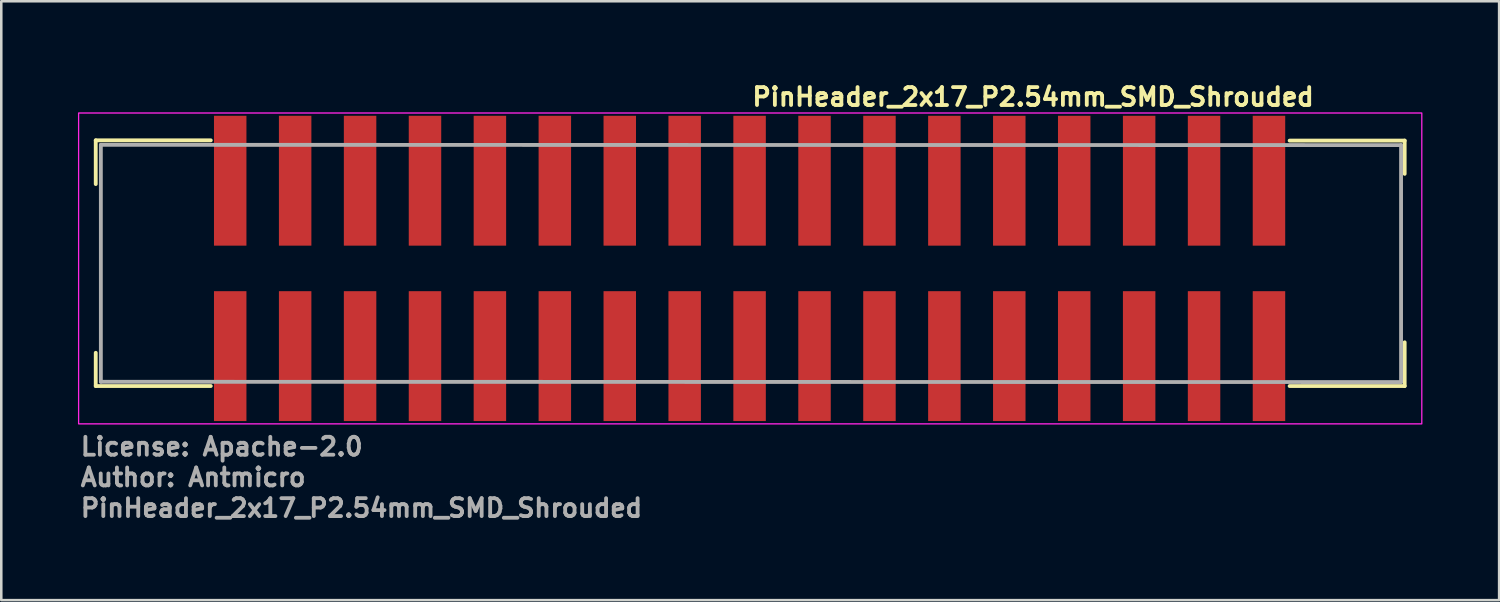
<source format=kicad_pcb>
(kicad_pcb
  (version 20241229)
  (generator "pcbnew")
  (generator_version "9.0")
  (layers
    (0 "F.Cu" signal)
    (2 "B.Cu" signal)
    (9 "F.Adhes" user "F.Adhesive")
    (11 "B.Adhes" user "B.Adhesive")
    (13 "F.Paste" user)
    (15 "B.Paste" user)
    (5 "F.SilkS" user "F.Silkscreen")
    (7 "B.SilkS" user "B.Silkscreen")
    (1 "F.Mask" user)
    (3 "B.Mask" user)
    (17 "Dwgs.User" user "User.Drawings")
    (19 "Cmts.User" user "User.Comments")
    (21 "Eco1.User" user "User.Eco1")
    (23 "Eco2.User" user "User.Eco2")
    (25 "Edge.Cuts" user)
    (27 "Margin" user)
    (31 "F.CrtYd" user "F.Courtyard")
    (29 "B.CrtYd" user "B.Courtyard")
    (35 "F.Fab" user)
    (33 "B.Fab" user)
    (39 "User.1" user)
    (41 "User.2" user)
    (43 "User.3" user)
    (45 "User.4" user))
  (footprint "PinHeader_2x17_P2.54mm_SMD_Shrouded"
    (layer "F.Cu")
    (at 26.295 7.45)
    (property "Reference" "PinHeader_2x17_P2.54mm_SMD_Shrouded" (at 0 -6.3 0) (unlocked yes) (layer "F.SilkS") (effects (font (size 0.7 0.7) (thickness 0.15)) (justify left bottom)))
    (attr smd)
    (fp_line (start -25.6 -3.3) (end -25.6 -5.011) (stroke (width 0.15) (type solid)) (layer "F.SilkS"))
    (fp_line (start -25.6 3.3) (end -25.6 4.6) (stroke (width 0.15) (type solid)) (layer "F.SilkS"))
    (fp_line (start -21.1 -5.011) (end -25.6 -5.011) (stroke (width 0.15) (type solid)) (layer "F.SilkS"))
    (fp_line (start -21.1 4.6) (end -25.6 4.6) (stroke (width 0.15) (type solid)) (layer "F.SilkS"))
    (fp_line (start 21.1 -5) (end 25.6 -5) (stroke (width 0.15) (type solid)) (layer "F.SilkS"))
    (fp_line (start 21.1 4.6) (end 25.6 4.6) (stroke (width 0.15) (type solid)) (layer "F.SilkS"))
    (fp_line (start 25.6 -3.7) (end 25.6 -5) (stroke (width 0.15) (type solid)) (layer "F.SilkS"))
    (fp_line (start 25.6 2.889) (end 25.6 4.6) (stroke (width 0.15) (type solid)) (layer "F.SilkS"))
    (fp_rect (start -26.27 -6.08) (end 26.27 6.08) (stroke (width 0.05) (type solid)) (fill no) (layer "F.CrtYd"))
    (fp_line (start -25.4 -4.835) (end 25.459 -4.824) (stroke (width 0.15) (type solid)) (layer "F.Fab"))
    (fp_line (start -25.4 4.434) (end -25.4 -4.835) (stroke (width 0.15) (type solid)) (layer "F.Fab"))
    (fp_line (start 25.459 -4.824) (end 25.459 4.445) (stroke (width 0.15) (type solid)) (layer "F.Fab"))
    (fp_line (start 25.459 4.445) (end -25.4 4.434) (stroke (width 0.15) (type solid)) (layer "F.Fab"))
    (fp_rect (start -25.273 -4.381) (end 25.273 4.381) (stroke (width 0.1) (type solid)) (fill no) (layer "User.5"))
    (fp_line (start -25.273 -4.381) (end -25.273 4.381) (stroke (width 0.02) (type solid)) (layer "User.9"))
    (fp_line (start -24.257 2.857) (end -24.257 -2.857) (stroke (width 0.02) (type solid)) (layer "User.9"))
    (fp_line (start -24.257 2.857) (end -24.256 2.876) (stroke (width 0.02) (type solid)) (layer "User.9"))
    (fp_line (start -24.256 -2.876) (end -24.257 -2.857) (stroke (width 0.02) (type solid)) (layer "User.9"))
    (fp_line (start -24.256 2.876) (end -24.255 2.895) (stroke (width 0.02) (type solid)) (layer "User.9"))
    (fp_line (start -24.255 -2.895) (end -24.256 -2.876) (stroke (width 0.02) (type solid)) (layer "User.9"))
    (fp_line (start -24.255 2.895) (end -24.252 2.913) (stroke (width 0.02) (type solid)) (layer "User.9"))
    (fp_line (start -24.252 -2.913) (end -24.255 -2.895) (stroke (width 0.02) (type solid)) (layer "User.9"))
    (fp_line (start -24.252 2.913) (end -24.249 2.932) (stroke (width 0.02) (type solid)) (layer "User.9"))
    (fp_line (start -24.249 -2.932) (end -24.252 -2.913) (stroke (width 0.02) (type solid)) (layer "User.9"))
    (fp_line (start -24.249 2.932) (end -24.245 2.95) (stroke (width 0.02) (type solid)) (layer "User.9"))
    (fp_line (start -24.245 -2.95) (end -24.249 -2.932) (stroke (width 0.02) (type solid)) (layer "User.9"))
    (fp_line (start -24.245 2.95) (end -24.24 2.968) (stroke (width 0.02) (type solid)) (layer "User.9"))
    (fp_line (start -24.24 -2.968) (end -24.245 -2.95) (stroke (width 0.02) (type solid)) (layer "User.9"))
    (fp_line (start -24.24 2.968) (end -24.234 2.985) (stroke (width 0.02) (type solid)) (layer "User.9"))
    (fp_line (start -24.234 -2.985) (end -24.24 -2.968) (stroke (width 0.02) (type solid)) (layer "User.9"))
    (fp_line (start -24.234 2.985) (end -24.227 3.003) (stroke (width 0.02) (type solid)) (layer "User.9"))
    (fp_line (start -24.227 -3.003) (end -24.234 -2.985) (stroke (width 0.02) (type solid)) (layer "User.9"))
    (fp_line (start -24.227 3.003) (end -24.22 3.02) (stroke (width 0.02) (type solid)) (layer "User.9"))
    (fp_line (start -24.22 -3.02) (end -24.227 -3.003) (stroke (width 0.02) (type solid)) (layer "User.9"))
    (fp_line (start -24.22 3.02) (end -24.212 3.036) (stroke (width 0.02) (type solid)) (layer "User.9"))
    (fp_line (start -24.212 -3.036) (end -24.22 -3.02) (stroke (width 0.02) (type solid)) (layer "User.9"))
    (fp_line (start -24.212 3.036) (end -24.202 3.053) (stroke (width 0.02) (type solid)) (layer "User.9"))
    (fp_line (start -24.21 -3.039) (end -24.215 -3.03) (stroke (width 0.02) (type solid)) (layer "User.9"))
    (fp_line (start -24.208 3.043) (end -24.215 3.029) (stroke (width 0.02) (type solid)) (layer "User.9"))
    (fp_line (start -24.204 -3.049) (end -24.21 -3.039) (stroke (width 0.02) (type solid)) (layer "User.9"))
    (fp_line (start -24.202 -3.053) (end -24.212 -3.036) (stroke (width 0.02) (type solid)) (layer "User.9"))
    (fp_line (start -24.202 3.053) (end -24.192 3.068) (stroke (width 0.02) (type solid)) (layer "User.9"))
    (fp_line (start -24.2 3.057) (end -24.208 3.043) (stroke (width 0.02) (type solid)) (layer "User.9"))
    (fp_line (start -24.199 -3.058) (end -24.204 -3.049) (stroke (width 0.02) (type solid)) (layer "User.9"))
    (fp_line (start -24.193 -3.067) (end -24.199 -3.058) (stroke (width 0.02) (type solid)) (layer "User.9"))
    (fp_line (start -24.192 -3.068) (end -24.202 -3.053) (stroke (width 0.02) (type solid)) (layer "User.9"))
    (fp_line (start -24.192 3.068) (end -24.182 3.084) (stroke (width 0.02) (type solid)) (layer "User.9"))
    (fp_line (start -24.191 3.07) (end -24.2 3.057) (stroke (width 0.02) (type solid)) (layer "User.9"))
    (fp_line (start -24.187 -3.075) (end -24.193 -3.067) (stroke (width 0.02) (type solid)) (layer "User.9"))
    (fp_line (start -24.182 -3.084) (end -24.192 -3.068) (stroke (width 0.02) (type solid)) (layer "User.9"))
    (fp_line (start -24.182 3.083) (end -24.191 3.07) (stroke (width 0.02) (type solid)) (layer "User.9"))
    (fp_line (start -24.182 3.084) (end -24.17 3.098) (stroke (width 0.02) (type solid)) (layer "User.9"))
    (fp_line (start -24.181 -3.084) (end -24.187 -3.075) (stroke (width 0.02) (type solid)) (layer "User.9"))
    (fp_line (start -24.175 -3.092) (end -24.181 -3.084) (stroke (width 0.02) (type solid)) (layer "User.9"))
    (fp_line (start -24.173 3.095) (end -24.182 3.083) (stroke (width 0.02) (type solid)) (layer "User.9"))
    (fp_line (start -24.17 -3.098) (end -24.182 -3.084) (stroke (width 0.02) (type solid)) (layer "User.9"))
    (fp_line (start -24.17 3.098) (end -24.158 3.113) (stroke (width 0.02) (type solid)) (layer "User.9"))
    (fp_line (start -24.169 -3.1) (end -24.175 -3.092) (stroke (width 0.02) (type solid)) (layer "User.9"))
    (fp_line (start -24.164 3.106) (end -24.173 3.095) (stroke (width 0.02) (type solid)) (layer "User.9"))
    (fp_line (start -24.163 -3.108) (end -24.169 -3.1) (stroke (width 0.02) (type solid)) (layer "User.9"))
    (fp_line (start -24.158 -3.113) (end -24.17 -3.098) (stroke (width 0.02) (type solid)) (layer "User.9"))
    (fp_line (start -24.158 3.113) (end -24.145 3.126) (stroke (width 0.02) (type solid)) (layer "User.9"))
    (fp_line (start -24.156 -3.115) (end -24.163 -3.108) (stroke (width 0.02) (type solid)) (layer "User.9"))
    (fp_line (start -24.154 3.117) (end -24.164 3.106) (stroke (width 0.02) (type solid)) (layer "User.9"))
    (fp_line (start -24.149 -3.122) (end -24.156 -3.115) (stroke (width 0.02) (type solid)) (layer "User.9"))
    (fp_line (start -24.145 -3.126) (end -24.158 -3.113) (stroke (width 0.02) (type solid)) (layer "User.9"))
    (fp_line (start -24.145 -3.126) (end -24.145 -3.126) (stroke (width 0.02) (type solid)) (layer "User.9"))
    (fp_line (start -24.145 3.126) (end -24.145 3.126) (stroke (width 0.02) (type solid)) (layer "User.9"))
    (fp_line (start -24.145 3.126) (end -24.131 3.139) (stroke (width 0.02) (type solid)) (layer "User.9"))
    (fp_line (start -24.144 3.127) (end -24.154 3.117) (stroke (width 0.02) (type solid)) (layer "User.9"))
    (fp_line (start -24.143 -3.129) (end -24.149 -3.122) (stroke (width 0.02) (type solid)) (layer "User.9"))
    (fp_line (start -24.136 -3.136) (end -24.143 -3.129) (stroke (width 0.02) (type solid)) (layer "User.9"))
    (fp_line (start -24.134 3.137) (end -24.144 3.127) (stroke (width 0.02) (type solid)) (layer "User.9"))
    (fp_line (start -24.131 -3.139) (end -24.145 -3.126) (stroke (width 0.02) (type solid)) (layer "User.9"))
    (fp_line (start -24.131 3.139) (end -24.117 3.152) (stroke (width 0.02) (type solid)) (layer "User.9"))
    (fp_line (start -24.129 -3.142) (end -24.136 -3.136) (stroke (width 0.02) (type solid)) (layer "User.9"))
    (fp_line (start -24.123 3.146) (end -24.134 3.137) (stroke (width 0.02) (type solid)) (layer "User.9"))
    (fp_line (start -24.122 -3.148) (end -24.129 -3.142) (stroke (width 0.02) (type solid)) (layer "User.9"))
    (fp_line (start -24.117 -3.152) (end -24.131 -3.139) (stroke (width 0.02) (type solid)) (layer "User.9"))
    (fp_line (start -24.117 3.152) (end -24.102 3.163) (stroke (width 0.02) (type solid)) (layer "User.9"))
    (fp_line (start -24.114 -3.154) (end -24.122 -3.148) (stroke (width 0.02) (type solid)) (layer "User.9"))
    (fp_line (start -24.113 3.155) (end -24.123 3.146) (stroke (width 0.02) (type solid)) (layer "User.9"))
    (fp_line (start -24.102 -3.163) (end -24.117 -3.152) (stroke (width 0.02) (type solid)) (layer "User.9"))
    (fp_line (start -24.102 3.163) (end -24.113 3.155) (stroke (width 0.02) (type solid)) (layer "User.9"))
    (fp_line (start -24.102 3.163) (end -24.087 3.174) (stroke (width 0.02) (type solid)) (layer "User.9"))
    (fp_line (start -24.092 3.171) (end -24.102 3.163) (stroke (width 0.02) (type solid)) (layer "User.9"))
    (fp_line (start -24.087 -3.174) (end -24.102 -3.163) (stroke (width 0.02) (type solid)) (layer "User.9"))
    (fp_line (start -24.087 3.174) (end -24.071 3.184) (stroke (width 0.02) (type solid)) (layer "User.9"))
    (fp_line (start -24.081 3.178) (end -24.092 3.171) (stroke (width 0.02) (type solid)) (layer "User.9"))
    (fp_line (start -24.073 -3.183) (end -24.085 -3.175) (stroke (width 0.02) (type solid)) (layer "User.9"))
    (fp_line (start -24.071 -3.184) (end -24.087 -3.174) (stroke (width 0.02) (type solid)) (layer "User.9"))
    (fp_line (start -24.071 3.184) (end -24.081 3.178) (stroke (width 0.02) (type solid)) (layer "User.9"))
    (fp_line (start -24.071 3.184) (end -24.055 3.193) (stroke (width 0.02) (type solid)) (layer "User.9"))
    (fp_line (start -24.061 3.19) (end -24.071 3.184) (stroke (width 0.02) (type solid)) (layer "User.9"))
    (fp_line (start -24.061 3.19) (end -24.061 3.19) (stroke (width 0.02) (type solid)) (layer "User.9"))
    (fp_line (start -24.06 -3.19) (end -24.073 -3.183) (stroke (width 0.02) (type solid)) (layer "User.9"))
    (fp_line (start -24.055 -3.193) (end -24.071 -3.184) (stroke (width 0.02) (type solid)) (layer "User.9"))
    (fp_line (start -24.055 3.193) (end -24.038 3.201) (stroke (width 0.02) (type solid)) (layer "User.9"))
    (fp_line (start -24.049 3.196) (end -24.061 3.19) (stroke (width 0.02) (type solid)) (layer "User.9"))
    (fp_line (start -24.047 -3.197) (end -24.06 -3.19) (stroke (width 0.02) (type solid)) (layer "User.9"))
    (fp_line (start -24.038 -3.201) (end -24.055 -3.193) (stroke (width 0.02) (type solid)) (layer "User.9"))
    (fp_line (start -24.038 3.201) (end -24.049 3.196) (stroke (width 0.02) (type solid)) (layer "User.9"))
    (fp_line (start -24.038 3.201) (end -24.021 3.209) (stroke (width 0.02) (type solid)) (layer "User.9"))
    (fp_line (start -24.035 -3.203) (end -24.047 -3.197) (stroke (width 0.02) (type solid)) (layer "User.9"))
    (fp_line (start -24.027 3.206) (end -24.038 3.201) (stroke (width 0.02) (type solid)) (layer "User.9"))
    (fp_line (start -24.022 -3.208) (end -24.035 -3.203) (stroke (width 0.02) (type solid)) (layer "User.9"))
    (fp_line (start -24.021 -3.209) (end -24.038 -3.201) (stroke (width 0.02) (type solid)) (layer "User.9"))
    (fp_line (start -24.021 3.209) (end -24.004 3.216) (stroke (width 0.02) (type solid)) (layer "User.9"))
    (fp_line (start -24.016 3.211) (end -24.027 3.206) (stroke (width 0.02) (type solid)) (layer "User.9"))
    (fp_line (start -24.009 -3.213) (end -24.022 -3.208) (stroke (width 0.02) (type solid)) (layer "User.9"))
    (fp_line (start -24.004 -3.216) (end -24.021 -3.209) (stroke (width 0.02) (type solid)) (layer "User.9"))
    (fp_line (start -24.004 3.215) (end -24.016 3.211) (stroke (width 0.02) (type solid)) (layer "User.9"))
    (fp_line (start -24.004 3.216) (end -23.986 3.222) (stroke (width 0.02) (type solid)) (layer "User.9"))
    (fp_line (start -23.996 -3.218) (end -24.009 -3.213) (stroke (width 0.02) (type solid)) (layer "User.9"))
    (fp_line (start -23.993 3.219) (end -24.004 3.215) (stroke (width 0.02) (type solid)) (layer "User.9"))
    (fp_line (start -23.986 -3.222) (end -24.004 -3.216) (stroke (width 0.02) (type solid)) (layer "User.9"))
    (fp_line (start -23.986 3.222) (end -23.968 3.227) (stroke (width 0.02) (type solid)) (layer "User.9"))
    (fp_line (start -23.983 -3.222) (end -23.996 -3.218) (stroke (width 0.02) (type solid)) (layer "User.9"))
    (fp_line (start -23.981 3.223) (end -23.993 3.219) (stroke (width 0.02) (type solid)) (layer "User.9"))
    (fp_line (start -23.97 -3.226) (end -23.983 -3.222) (stroke (width 0.02) (type solid)) (layer "User.9"))
    (fp_line (start -23.97 3.226) (end -23.981 3.223) (stroke (width 0.02) (type solid)) (layer "User.9"))
    (fp_line (start -23.968 -3.227) (end -23.986 -3.222) (stroke (width 0.02) (type solid)) (layer "User.9"))
    (fp_line (start -23.968 3.227) (end -23.95 3.231) (stroke (width 0.02) (type solid)) (layer "User.9"))
    (fp_line (start -23.958 3.229) (end -23.97 3.226) (stroke (width 0.02) (type solid)) (layer "User.9"))
    (fp_line (start -23.957 -3.229) (end -23.97 -3.226) (stroke (width 0.02) (type solid)) (layer "User.9"))
    (fp_line (start -23.95 -3.231) (end -23.968 -3.227) (stroke (width 0.02) (type solid)) (layer "User.9"))
    (fp_line (start -23.95 3.231) (end -23.932 3.234) (stroke (width 0.02) (type solid)) (layer "User.9"))
    (fp_line (start -23.946 3.231) (end -23.958 3.229) (stroke (width 0.02) (type solid)) (layer "User.9"))
    (fp_line (start -23.944 -3.232) (end -23.957 -3.229) (stroke (width 0.02) (type solid)) (layer "User.9"))
    (fp_line (start -23.935 3.233) (end -23.946 3.231) (stroke (width 0.02) (type solid)) (layer "User.9"))
    (fp_line (start -23.932 -3.234) (end -23.95 -3.231) (stroke (width 0.02) (type solid)) (layer "User.9"))
    (fp_line (start -23.932 3.234) (end -23.913 3.236) (stroke (width 0.02) (type solid)) (layer "User.9"))
    (fp_line (start -23.93 -3.234) (end -23.944 -3.232) (stroke (width 0.02) (type solid)) (layer "User.9"))
    (fp_line (start -23.923 3.235) (end -23.935 3.233) (stroke (width 0.02) (type solid)) (layer "User.9"))
    (fp_line (start -23.917 -3.236) (end -23.93 -3.234) (stroke (width 0.02) (type solid)) (layer "User.9"))
    (fp_line (start -23.913 -3.236) (end -23.932 -3.234) (stroke (width 0.02) (type solid)) (layer "User.9"))
    (fp_line (start -23.913 3.236) (end -23.894 3.238) (stroke (width 0.02) (type solid)) (layer "User.9"))
    (fp_line (start -23.911 3.236) (end -23.923 3.235) (stroke (width 0.02) (type solid)) (layer "User.9"))
    (fp_line (start -23.903 -3.237) (end -23.917 -3.236) (stroke (width 0.02) (type solid)) (layer "User.9"))
    (fp_line (start -23.899 3.237) (end -23.911 3.236) (stroke (width 0.02) (type solid)) (layer "User.9"))
    (fp_line (start -23.894 -3.238) (end -23.913 -3.236) (stroke (width 0.02) (type solid)) (layer "User.9"))
    (fp_line (start -23.894 3.238) (end -23.875 3.238) (stroke (width 0.02) (type solid)) (layer "User.9"))
    (fp_line (start -23.889 -3.238) (end -23.903 -3.237) (stroke (width 0.02) (type solid)) (layer "User.9"))
    (fp_line (start -23.887 3.238) (end -23.899 3.237) (stroke (width 0.02) (type solid)) (layer "User.9"))
    (fp_line (start -23.875 -3.238) (end -23.894 -3.238) (stroke (width 0.02) (type solid)) (layer "User.9"))
    (fp_line (start -23.875 -3.238) (end -23.889 -3.238) (stroke (width 0.02) (type solid)) (layer "User.9"))
    (fp_line (start -23.875 -3.238) (end 23.875 -3.238) (stroke (width 0.02) (type solid)) (layer "User.9"))
    (fp_line (start -23.875 3.238) (end -23.887 3.238) (stroke (width 0.02) (type solid)) (layer "User.9"))
    (fp_line (start -20.637 -1.587) (end -20.002 -1.587) (stroke (width 0.02) (type solid)) (layer "User.9"))
    (fp_line (start -20.637 -0.952) (end -20.637 -1.587) (stroke (width 0.02) (type solid)) (layer "User.9"))
    (fp_line (start -20.637 0.952) (end -20.451 1.138) (stroke (width 0.02) (type solid)) (layer "User.9"))
    (fp_line (start -20.637 0.952) (end -20.002 0.952) (stroke (width 0.02) (type solid)) (layer "User.9"))
    (fp_line (start -20.637 1.587) (end -20.637 0.952) (stroke (width 0.02) (type solid)) (layer "User.9"))
    (fp_line (start -20.637 1.587) (end -20.451 1.401) (stroke (width 0.02) (type solid)) (layer "User.9"))
    (fp_line (start -20.451 -1.401) (end -20.637 -1.587) (stroke (width 0.02) (type solid)) (layer "User.9"))
    (fp_line (start -20.451 -1.138) (end -20.637 -0.952) (stroke (width 0.02) (type solid)) (layer "User.9"))
    (fp_line (start -20.451 -1.138) (end -20.451 -1.401) (stroke (width 0.02) (type solid)) (layer "User.9"))
    (fp_line (start -20.451 1.138) (end -20.451 1.401) (stroke (width 0.02) (type solid)) (layer "User.9"))
    (fp_line (start -20.451 1.138) (end -20.188 1.138) (stroke (width 0.02) (type solid)) (layer "User.9"))
    (fp_line (start -20.451 1.401) (end -20.188 1.401) (stroke (width 0.02) (type solid)) (layer "User.9"))
    (fp_line (start -20.188 -1.401) (end -20.451 -1.401) (stroke (width 0.02) (type solid)) (layer "User.9"))
    (fp_line (start -20.188 -1.138) (end -20.451 -1.138) (stroke (width 0.02) (type solid)) (layer "User.9"))
    (fp_line (start -20.188 -1.138) (end -20.188 -1.401) (stroke (width 0.02) (type solid)) (layer "User.9"))
    (fp_line (start -20.188 1.138) (end -20.188 1.401) (stroke (width 0.02) (type solid)) (layer "User.9"))
    (fp_line (start -20.188 1.138) (end -20.002 0.952) (stroke (width 0.02) (type solid)) (layer "User.9"))
    (fp_line (start -20.188 1.401) (end -20.002 1.587) (stroke (width 0.02) (type solid)) (layer "User.9"))
    (fp_line (start -20.002 -1.587) (end -20.188 -1.401) (stroke (width 0.02) (type solid)) (layer "User.9"))
    (fp_line (start -20.002 -1.587) (end -20.002 -0.952) (stroke (width 0.02) (type solid)) (layer "User.9"))
    (fp_line (start -20.002 -0.952) (end -20.637 -0.952) (stroke (width 0.02) (type solid)) (layer "User.9"))
    (fp_line (start -20.002 -0.952) (end -20.188 -1.138) (stroke (width 0.02) (type solid)) (layer "User.9"))
    (fp_line (start -20.002 0.952) (end -20.002 1.587) (stroke (width 0.02) (type solid)) (layer "User.9"))
    (fp_line (start -20.002 1.587) (end -20.637 1.587) (stroke (width 0.02) (type solid)) (layer "User.9"))
    (fp_line (start -18.097 -1.587) (end -17.462 -1.587) (stroke (width 0.02) (type solid)) (layer "User.9"))
    (fp_line (start -18.097 -0.952) (end -18.097 -1.587) (stroke (width 0.02) (type solid)) (layer "User.9"))
    (fp_line (start -18.097 0.952) (end -17.911 1.138) (stroke (width 0.02) (type solid)) (layer "User.9"))
    (fp_line (start -18.097 0.952) (end -17.462 0.952) (stroke (width 0.02) (type solid)) (layer "User.9"))
    (fp_line (start -18.097 1.587) (end -18.097 0.952) (stroke (width 0.02) (type solid)) (layer "User.9"))
    (fp_line (start -18.097 1.587) (end -17.911 1.401) (stroke (width 0.02) (type solid)) (layer "User.9"))
    (fp_line (start -17.911 -1.401) (end -18.097 -1.587) (stroke (width 0.02) (type solid)) (layer "User.9"))
    (fp_line (start -17.911 -1.138) (end -18.097 -0.952) (stroke (width 0.02) (type solid)) (layer "User.9"))
    (fp_line (start -17.911 -1.138) (end -17.911 -1.401) (stroke (width 0.02) (type solid)) (layer "User.9"))
    (fp_line (start -17.911 1.138) (end -17.911 1.401) (stroke (width 0.02) (type solid)) (layer "User.9"))
    (fp_line (start -17.911 1.138) (end -17.648 1.138) (stroke (width 0.02) (type solid)) (layer "User.9"))
    (fp_line (start -17.911 1.401) (end -17.648 1.401) (stroke (width 0.02) (type solid)) (layer "User.9"))
    (fp_line (start -17.648 -1.401) (end -17.911 -1.401) (stroke (width 0.02) (type solid)) (layer "User.9"))
    (fp_line (start -17.648 -1.138) (end -17.911 -1.138) (stroke (width 0.02) (type solid)) (layer "User.9"))
    (fp_line (start -17.648 -1.138) (end -17.648 -1.401) (stroke (width 0.02) (type solid)) (layer "User.9"))
    (fp_line (start -17.648 1.138) (end -17.648 1.401) (stroke (width 0.02) (type solid)) (layer "User.9"))
    (fp_line (start -17.648 1.138) (end -17.462 0.952) (stroke (width 0.02) (type solid)) (layer "User.9"))
    (fp_line (start -17.648 1.401) (end -17.462 1.587) (stroke (width 0.02) (type solid)) (layer "User.9"))
    (fp_line (start -17.462 -1.587) (end -17.648 -1.401) (stroke (width 0.02) (type solid)) (layer "User.9"))
    (fp_line (start -17.462 -1.587) (end -17.462 -0.952) (stroke (width 0.02) (type solid)) (layer "User.9"))
    (fp_line (start -17.462 -0.952) (end -18.097 -0.952) (stroke (width 0.02) (type solid)) (layer "User.9"))
    (fp_line (start -17.462 -0.952) (end -17.648 -1.138) (stroke (width 0.02) (type solid)) (layer "User.9"))
    (fp_line (start -17.462 0.952) (end -17.462 1.587) (stroke (width 0.02) (type solid)) (layer "User.9"))
    (fp_line (start -17.462 1.587) (end -18.097 1.587) (stroke (width 0.02) (type solid)) (layer "User.9"))
    (fp_line (start -15.557 -1.587) (end -14.922 -1.587) (stroke (width 0.02) (type solid)) (layer "User.9"))
    (fp_line (start -15.557 -0.952) (end -15.557 -1.587) (stroke (width 0.02) (type solid)) (layer "User.9"))
    (fp_line (start -15.557 0.952) (end -15.371 1.138) (stroke (width 0.02) (type solid)) (layer "User.9"))
    (fp_line (start -15.557 0.952) (end -14.922 0.952) (stroke (width 0.02) (type solid)) (layer "User.9"))
    (fp_line (start -15.557 1.587) (end -15.557 0.952) (stroke (width 0.02) (type solid)) (layer "User.9"))
    (fp_line (start -15.557 1.587) (end -15.371 1.401) (stroke (width 0.02) (type solid)) (layer "User.9"))
    (fp_line (start -15.371 -1.401) (end -15.557 -1.587) (stroke (width 0.02) (type solid)) (layer "User.9"))
    (fp_line (start -15.371 -1.138) (end -15.557 -0.952) (stroke (width 0.02) (type solid)) (layer "User.9"))
    (fp_line (start -15.371 -1.138) (end -15.371 -1.401) (stroke (width 0.02) (type solid)) (layer "User.9"))
    (fp_line (start -15.371 1.138) (end -15.371 1.401) (stroke (width 0.02) (type solid)) (layer "User.9"))
    (fp_line (start -15.371 1.138) (end -15.108 1.138) (stroke (width 0.02) (type solid)) (layer "User.9"))
    (fp_line (start -15.371 1.401) (end -15.108 1.401) (stroke (width 0.02) (type solid)) (layer "User.9"))
    (fp_line (start -15.108 -1.401) (end -15.371 -1.401) (stroke (width 0.02) (type solid)) (layer "User.9"))
    (fp_line (start -15.108 -1.138) (end -15.371 -1.138) (stroke (width 0.02) (type solid)) (layer "User.9"))
    (fp_line (start -15.108 -1.138) (end -15.108 -1.401) (stroke (width 0.02) (type solid)) (layer "User.9"))
    (fp_line (start -15.108 1.138) (end -15.108 1.401) (stroke (width 0.02) (type solid)) (layer "User.9"))
    (fp_line (start -15.108 1.138) (end -14.922 0.952) (stroke (width 0.02) (type solid)) (layer "User.9"))
    (fp_line (start -15.108 1.401) (end -14.922 1.587) (stroke (width 0.02) (type solid)) (layer "User.9"))
    (fp_line (start -14.922 -1.587) (end -15.108 -1.401) (stroke (width 0.02) (type solid)) (layer "User.9"))
    (fp_line (start -14.922 -1.587) (end -14.922 -0.952) (stroke (width 0.02) (type solid)) (layer "User.9"))
    (fp_line (start -14.922 -0.952) (end -15.557 -0.952) (stroke (width 0.02) (type solid)) (layer "User.9"))
    (fp_line (start -14.922 -0.952) (end -15.108 -1.138) (stroke (width 0.02) (type solid)) (layer "User.9"))
    (fp_line (start -14.922 0.952) (end -14.922 1.587) (stroke (width 0.02) (type solid)) (layer "User.9"))
    (fp_line (start -14.922 1.587) (end -15.557 1.587) (stroke (width 0.02) (type solid)) (layer "User.9"))
    (fp_line (start -13.017 -1.587) (end -12.382 -1.587) (stroke (width 0.02) (type solid)) (layer "User.9"))
    (fp_line (start -13.017 -0.952) (end -13.017 -1.587) (stroke (width 0.02) (type solid)) (layer "User.9"))
    (fp_line (start -13.017 0.952) (end -12.831 1.138) (stroke (width 0.02) (type solid)) (layer "User.9"))
    (fp_line (start -13.017 0.952) (end -12.382 0.952) (stroke (width 0.02) (type solid)) (layer "User.9"))
    (fp_line (start -13.017 1.587) (end -13.017 0.952) (stroke (width 0.02) (type solid)) (layer "User.9"))
    (fp_line (start -13.017 1.587) (end -12.831 1.401) (stroke (width 0.02) (type solid)) (layer "User.9"))
    (fp_line (start -12.831 -1.401) (end -13.017 -1.587) (stroke (width 0.02) (type solid)) (layer "User.9"))
    (fp_line (start -12.831 -1.138) (end -13.017 -0.952) (stroke (width 0.02) (type solid)) (layer "User.9"))
    (fp_line (start -12.831 -1.138) (end -12.831 -1.401) (stroke (width 0.02) (type solid)) (layer "User.9"))
    (fp_line (start -12.831 1.138) (end -12.831 1.401) (stroke (width 0.02) (type solid)) (layer "User.9"))
    (fp_line (start -12.831 1.138) (end -12.568 1.138) (stroke (width 0.02) (type solid)) (layer "User.9"))
    (fp_line (start -12.831 1.401) (end -12.568 1.401) (stroke (width 0.02) (type solid)) (layer "User.9"))
    (fp_line (start -12.568 -1.401) (end -12.831 -1.401) (stroke (width 0.02) (type solid)) (layer "User.9"))
    (fp_line (start -12.568 -1.138) (end -12.831 -1.138) (stroke (width 0.02) (type solid)) (layer "User.9"))
    (fp_line (start -12.568 -1.138) (end -12.568 -1.401) (stroke (width 0.02) (type solid)) (layer "User.9"))
    (fp_line (start -12.568 1.138) (end -12.568 1.401) (stroke (width 0.02) (type solid)) (layer "User.9"))
    (fp_line (start -12.568 1.138) (end -12.382 0.952) (stroke (width 0.02) (type solid)) (layer "User.9"))
    (fp_line (start -12.568 1.401) (end -12.382 1.587) (stroke (width 0.02) (type solid)) (layer "User.9"))
    (fp_line (start -12.382 -1.587) (end -12.568 -1.401) (stroke (width 0.02) (type solid)) (layer "User.9"))
    (fp_line (start -12.382 -1.587) (end -12.382 -0.952) (stroke (width 0.02) (type solid)) (layer "User.9"))
    (fp_line (start -12.382 -0.952) (end -13.017 -0.952) (stroke (width 0.02) (type solid)) (layer "User.9"))
    (fp_line (start -12.382 -0.952) (end -12.568 -1.138) (stroke (width 0.02) (type solid)) (layer "User.9"))
    (fp_line (start -12.382 0.952) (end -12.382 1.587) (stroke (width 0.02) (type solid)) (layer "User.9"))
    (fp_line (start -12.382 1.587) (end -13.017 1.587) (stroke (width 0.02) (type solid)) (layer "User.9"))
    (fp_line (start -10.477 -1.587) (end -9.842 -1.587) (stroke (width 0.02) (type solid)) (layer "User.9"))
    (fp_line (start -10.477 -0.952) (end -10.477 -1.587) (stroke (width 0.02) (type solid)) (layer "User.9"))
    (fp_line (start -10.477 0.952) (end -10.291 1.138) (stroke (width 0.02) (type solid)) (layer "User.9"))
    (fp_line (start -10.477 0.952) (end -9.842 0.952) (stroke (width 0.02) (type solid)) (layer "User.9"))
    (fp_line (start -10.477 1.587) (end -10.477 0.952) (stroke (width 0.02) (type solid)) (layer "User.9"))
    (fp_line (start -10.477 1.587) (end -10.291 1.401) (stroke (width 0.02) (type solid)) (layer "User.9"))
    (fp_line (start -10.291 -1.401) (end -10.477 -1.587) (stroke (width 0.02) (type solid)) (layer "User.9"))
    (fp_line (start -10.291 -1.138) (end -10.477 -0.952) (stroke (width 0.02) (type solid)) (layer "User.9"))
    (fp_line (start -10.291 -1.138) (end -10.291 -1.401) (stroke (width 0.02) (type solid)) (layer "User.9"))
    (fp_line (start -10.291 1.138) (end -10.291 1.401) (stroke (width 0.02) (type solid)) (layer "User.9"))
    (fp_line (start -10.291 1.138) (end -10.028 1.138) (stroke (width 0.02) (type solid)) (layer "User.9"))
    (fp_line (start -10.291 1.401) (end -10.028 1.401) (stroke (width 0.02) (type solid)) (layer "User.9"))
    (fp_line (start -10.028 -1.401) (end -10.291 -1.401) (stroke (width 0.02) (type solid)) (layer "User.9"))
    (fp_line (start -10.028 -1.138) (end -10.291 -1.138) (stroke (width 0.02) (type solid)) (layer "User.9"))
    (fp_line (start -10.028 -1.138) (end -10.028 -1.401) (stroke (width 0.02) (type solid)) (layer "User.9"))
    (fp_line (start -10.028 1.138) (end -10.028 1.401) (stroke (width 0.02) (type solid)) (layer "User.9"))
    (fp_line (start -10.028 1.138) (end -9.842 0.952) (stroke (width 0.02) (type solid)) (layer "User.9"))
    (fp_line (start -10.028 1.401) (end -9.842 1.587) (stroke (width 0.02) (type solid)) (layer "User.9"))
    (fp_line (start -9.842 -1.587) (end -10.028 -1.401) (stroke (width 0.02) (type solid)) (layer "User.9"))
    (fp_line (start -9.842 -1.587) (end -9.842 -0.952) (stroke (width 0.02) (type solid)) (layer "User.9"))
    (fp_line (start -9.842 -0.952) (end -10.477 -0.952) (stroke (width 0.02) (type solid)) (layer "User.9"))
    (fp_line (start -9.842 -0.952) (end -10.028 -1.138) (stroke (width 0.02) (type solid)) (layer "User.9"))
    (fp_line (start -9.842 0.952) (end -9.842 1.587) (stroke (width 0.02) (type solid)) (layer "User.9"))
    (fp_line (start -9.842 1.587) (end -10.477 1.587) (stroke (width 0.02) (type solid)) (layer "User.9"))
    (fp_line (start -7.937 -1.587) (end -7.302 -1.587) (stroke (width 0.02) (type solid)) (layer "User.9"))
    (fp_line (start -7.937 -0.952) (end -7.937 -1.587) (stroke (width 0.02) (type solid)) (layer "User.9"))
    (fp_line (start -7.937 0.952) (end -7.751 1.138) (stroke (width 0.02) (type solid)) (layer "User.9"))
    (fp_line (start -7.937 0.952) (end -7.302 0.952) (stroke (width 0.02) (type solid)) (layer "User.9"))
    (fp_line (start -7.937 1.587) (end -7.937 0.952) (stroke (width 0.02) (type solid)) (layer "User.9"))
    (fp_line (start -7.937 1.587) (end -7.751 1.401) (stroke (width 0.02) (type solid)) (layer "User.9"))
    (fp_line (start -7.751 -1.401) (end -7.937 -1.587) (stroke (width 0.02) (type solid)) (layer "User.9"))
    (fp_line (start -7.751 -1.138) (end -7.937 -0.952) (stroke (width 0.02) (type solid)) (layer "User.9"))
    (fp_line (start -7.751 -1.138) (end -7.751 -1.401) (stroke (width 0.02) (type solid)) (layer "User.9"))
    (fp_line (start -7.751 1.138) (end -7.751 1.401) (stroke (width 0.02) (type solid)) (layer "User.9"))
    (fp_line (start -7.751 1.138) (end -7.488 1.138) (stroke (width 0.02) (type solid)) (layer "User.9"))
    (fp_line (start -7.751 1.401) (end -7.488 1.401) (stroke (width 0.02) (type solid)) (layer "User.9"))
    (fp_line (start -7.488 -1.401) (end -7.751 -1.401) (stroke (width 0.02) (type solid)) (layer "User.9"))
    (fp_line (start -7.488 -1.138) (end -7.751 -1.138) (stroke (width 0.02) (type solid)) (layer "User.9"))
    (fp_line (start -7.488 -1.138) (end -7.488 -1.401) (stroke (width 0.02) (type solid)) (layer "User.9"))
    (fp_line (start -7.488 1.138) (end -7.488 1.401) (stroke (width 0.02) (type solid)) (layer "User.9"))
    (fp_line (start -7.488 1.138) (end -7.302 0.952) (stroke (width 0.02) (type solid)) (layer "User.9"))
    (fp_line (start -7.488 1.401) (end -7.302 1.587) (stroke (width 0.02) (type solid)) (layer "User.9"))
    (fp_line (start -7.302 -1.587) (end -7.488 -1.401) (stroke (width 0.02) (type solid)) (layer "User.9"))
    (fp_line (start -7.302 -1.587) (end -7.302 -0.952) (stroke (width 0.02) (type solid)) (layer "User.9"))
    (fp_line (start -7.302 -0.952) (end -7.937 -0.952) (stroke (width 0.02) (type solid)) (layer "User.9"))
    (fp_line (start -7.302 -0.952) (end -7.488 -1.138) (stroke (width 0.02) (type solid)) (layer "User.9"))
    (fp_line (start -7.302 0.952) (end -7.302 1.587) (stroke (width 0.02) (type solid)) (layer "User.9"))
    (fp_line (start -7.302 1.587) (end -7.937 1.587) (stroke (width 0.02) (type solid)) (layer "User.9"))
    (fp_line (start -5.397 -1.587) (end -4.762 -1.587) (stroke (width 0.02) (type solid)) (layer "User.9"))
    (fp_line (start -5.397 -0.952) (end -5.397 -1.587) (stroke (width 0.02) (type solid)) (layer "User.9"))
    (fp_line (start -5.397 0.952) (end -5.211 1.138) (stroke (width 0.02) (type solid)) (layer "User.9"))
    (fp_line (start -5.397 0.952) (end -4.762 0.952) (stroke (width 0.02) (type solid)) (layer "User.9"))
    (fp_line (start -5.397 1.587) (end -5.397 0.952) (stroke (width 0.02) (type solid)) (layer "User.9"))
    (fp_line (start -5.397 1.587) (end -5.211 1.401) (stroke (width 0.02) (type solid)) (layer "User.9"))
    (fp_line (start -5.211 -1.401) (end -5.397 -1.587) (stroke (width 0.02) (type solid)) (layer "User.9"))
    (fp_line (start -5.211 -1.138) (end -5.397 -0.952) (stroke (width 0.02) (type solid)) (layer "User.9"))
    (fp_line (start -5.211 -1.138) (end -5.211 -1.401) (stroke (width 0.02) (type solid)) (layer "User.9"))
    (fp_line (start -5.211 1.138) (end -5.211 1.401) (stroke (width 0.02) (type solid)) (layer "User.9"))
    (fp_line (start -5.211 1.138) (end -4.948 1.138) (stroke (width 0.02) (type solid)) (layer "User.9"))
    (fp_line (start -5.211 1.401) (end -4.948 1.401) (stroke (width 0.02) (type solid)) (layer "User.9"))
    (fp_line (start -4.948 -1.401) (end -5.211 -1.401) (stroke (width 0.02) (type solid)) (layer "User.9"))
    (fp_line (start -4.948 -1.138) (end -5.211 -1.138) (stroke (width 0.02) (type solid)) (layer "User.9"))
    (fp_line (start -4.948 -1.138) (end -4.948 -1.401) (stroke (width 0.02) (type solid)) (layer "User.9"))
    (fp_line (start -4.948 1.138) (end -4.948 1.401) (stroke (width 0.02) (type solid)) (layer "User.9"))
    (fp_line (start -4.948 1.138) (end -4.762 0.952) (stroke (width 0.02) (type solid)) (layer "User.9"))
    (fp_line (start -4.948 1.401) (end -4.762 1.587) (stroke (width 0.02) (type solid)) (layer "User.9"))
    (fp_line (start -4.762 -1.587) (end -4.948 -1.401) (stroke (width 0.02) (type solid)) (layer "User.9"))
    (fp_line (start -4.762 -1.587) (end -4.762 -0.952) (stroke (width 0.02) (type solid)) (layer "User.9"))
    (fp_line (start -4.762 -0.952) (end -5.397 -0.952) (stroke (width 0.02) (type solid)) (layer "User.9"))
    (fp_line (start -4.762 -0.952) (end -4.948 -1.138) (stroke (width 0.02) (type solid)) (layer "User.9"))
    (fp_line (start -4.762 0.952) (end -4.762 1.587) (stroke (width 0.02) (type solid)) (layer "User.9"))
    (fp_line (start -4.762 1.587) (end -5.397 1.587) (stroke (width 0.02) (type solid)) (layer "User.9"))
    (fp_line (start -2.857 -1.587) (end -2.222 -1.587) (stroke (width 0.02) (type solid)) (layer "User.9"))
    (fp_line (start -2.857 -0.952) (end -2.857 -1.587) (stroke (width 0.02) (type solid)) (layer "User.9"))
    (fp_line (start -2.857 0.952) (end -2.671 1.138) (stroke (width 0.02) (type solid)) (layer "User.9"))
    (fp_line (start -2.857 0.952) (end -2.222 0.952) (stroke (width 0.02) (type solid)) (layer "User.9"))
    (fp_line (start -2.857 1.587) (end -2.857 0.952) (stroke (width 0.02) (type solid)) (layer "User.9"))
    (fp_line (start -2.857 1.587) (end -2.671 1.401) (stroke (width 0.02) (type solid)) (layer "User.9"))
    (fp_line (start -2.671 -1.401) (end -2.857 -1.587) (stroke (width 0.02) (type solid)) (layer "User.9"))
    (fp_line (start -2.671 -1.138) (end -2.857 -0.952) (stroke (width 0.02) (type solid)) (layer "User.9"))
    (fp_line (start -2.671 -1.138) (end -2.671 -1.401) (stroke (width 0.02) (type solid)) (layer "User.9"))
    (fp_line (start -2.671 1.138) (end -2.671 1.401) (stroke (width 0.02) (type solid)) (layer "User.9"))
    (fp_line (start -2.671 1.138) (end -2.408 1.138) (stroke (width 0.02) (type solid)) (layer "User.9"))
    (fp_line (start -2.671 1.401) (end -2.408 1.401) (stroke (width 0.02) (type solid)) (layer "User.9"))
    (fp_line (start -2.54 3.238) (end -23.875 3.238) (stroke (width 0.02) (type solid)) (layer "User.9"))
    (fp_line (start -2.54 3.238) (end -2.54 4.381) (stroke (width 0.02) (type solid)) (layer "User.9"))
    (fp_line (start -2.54 4.381) (end -25.273 4.381) (stroke (width 0.02) (type solid)) (layer "User.9"))
    (fp_line (start -2.54 4.381) (end -2.391 4.381) (stroke (width 0.02) (type solid)) (layer "User.9"))
    (fp_line (start -2.408 -1.401) (end -2.671 -1.401) (stroke (width 0.02) (type solid)) (layer "User.9"))
    (fp_line (start -2.408 -1.138) (end -2.671 -1.138) (stroke (width 0.02) (type solid)) (layer "User.9"))
    (fp_line (start -2.408 -1.138) (end -2.408 -1.401) (stroke (width 0.02) (type solid)) (layer "User.9"))
    (fp_line (start -2.408 1.138) (end -2.408 1.401) (stroke (width 0.02) (type solid)) (layer "User.9"))
    (fp_line (start -2.408 1.138) (end -2.222 0.952) (stroke (width 0.02) (type solid)) (layer "User.9"))
    (fp_line (start -2.408 1.401) (end -2.222 1.587) (stroke (width 0.02) (type solid)) (layer "User.9"))
    (fp_line (start -2.391 4.381) (end -2.391 4.381) (stroke (width 0.02) (type solid)) (layer "User.9"))
    (fp_line (start -2.391 4.381) (end -2.032 4.381) (stroke (width 0.02) (type solid)) (layer "User.9"))
    (fp_line (start -2.222 -1.587) (end -2.408 -1.401) (stroke (width 0.02) (type solid)) (layer "User.9"))
    (fp_line (start -2.222 -1.587) (end -2.222 -0.952) (stroke (width 0.02) (type solid)) (layer "User.9"))
    (fp_line (start -2.222 -0.952) (end -2.857 -0.952) (stroke (width 0.02) (type solid)) (layer "User.9"))
    (fp_line (start -2.222 -0.952) (end -2.408 -1.138) (stroke (width 0.02) (type solid)) (layer "User.9"))
    (fp_line (start -2.222 0.952) (end -2.222 1.587) (stroke (width 0.02) (type solid)) (layer "User.9"))
    (fp_line (start -2.222 1.587) (end -2.857 1.587) (stroke (width 0.02) (type solid)) (layer "User.9"))
    (fp_line (start -0.317 -1.587) (end 0.317 -1.587) (stroke (width 0.02) (type solid)) (layer "User.9"))
    (fp_line (start -0.317 -0.952) (end -0.317 -1.587) (stroke (width 0.02) (type solid)) (layer "User.9"))
    (fp_line (start -0.317 0.952) (end -0.131 1.138) (stroke (width 0.02) (type solid)) (layer "User.9"))
    (fp_line (start -0.317 0.952) (end 0.317 0.952) (stroke (width 0.02) (type solid)) (layer "User.9"))
    (fp_line (start -0.317 1.587) (end -0.317 0.952) (stroke (width 0.02) (type solid)) (layer "User.9"))
    (fp_line (start -0.317 1.587) (end -0.131 1.401) (stroke (width 0.02) (type solid)) (layer "User.9"))
    (fp_line (start -0.131 -1.401) (end -0.317 -1.587) (stroke (width 0.02) (type solid)) (layer "User.9"))
    (fp_line (start -0.131 -1.138) (end -0.317 -0.952) (stroke (width 0.02) (type solid)) (layer "User.9"))
    (fp_line (start -0.131 -1.138) (end -0.131 -1.401) (stroke (width 0.02) (type solid)) (layer "User.9"))
    (fp_line (start -0.131 1.138) (end -0.131 1.401) (stroke (width 0.02) (type solid)) (layer "User.9"))
    (fp_line (start -0.131 1.138) (end 0.131 1.138) (stroke (width 0.02) (type solid)) (layer "User.9"))
    (fp_line (start -0.131 1.401) (end 0.131 1.401) (stroke (width 0.02) (type solid)) (layer "User.9"))
    (fp_line (start 0.131 -1.401) (end -0.131 -1.401) (stroke (width 0.02) (type solid)) (layer "User.9"))
    (fp_line (start 0.131 -1.138) (end -0.131 -1.138) (stroke (width 0.02) (type solid)) (layer "User.9"))
    (fp_line (start 0.131 -1.138) (end 0.131 -1.401) (stroke (width 0.02) (type solid)) (layer "User.9"))
    (fp_line (start 0.131 1.138) (end 0.131 1.401) (stroke (width 0.02) (type solid)) (layer "User.9"))
    (fp_line (start 0.131 1.138) (end 0.317 0.952) (stroke (width 0.02) (type solid)) (layer "User.9"))
    (fp_line (start 0.131 1.401) (end 0.317 1.587) (stroke (width 0.02) (type solid)) (layer "User.9"))
    (fp_line (start 0.317 -1.587) (end 0.131 -1.401) (stroke (width 0.02) (type solid)) (layer "User.9"))
    (fp_line (start 0.317 -1.587) (end 0.317 -0.952) (stroke (width 0.02) (type solid)) (layer "User.9"))
    (fp_line (start 0.317 -0.952) (end -0.317 -0.952) (stroke (width 0.02) (type solid)) (layer "User.9"))
    (fp_line (start 0.317 -0.952) (end 0.131 -1.138) (stroke (width 0.02) (type solid)) (layer "User.9"))
    (fp_line (start 0.317 0.952) (end 0.317 1.587) (stroke (width 0.02) (type solid)) (layer "User.9"))
    (fp_line (start 0.317 1.587) (end -0.317 1.587) (stroke (width 0.02) (type solid)) (layer "User.9"))
    (fp_line (start 2.032 4.381) (end -2.032 4.381) (stroke (width 0.02) (type solid)) (layer "User.9"))
    (fp_line (start 2.032 4.381) (end 2.391 4.381) (stroke (width 0.02) (type solid)) (layer "User.9"))
    (fp_line (start 2.222 -1.587) (end 2.857 -1.587) (stroke (width 0.02) (type solid)) (layer "User.9"))
    (fp_line (start 2.222 -0.952) (end 2.222 -1.587) (stroke (width 0.02) (type solid)) (layer "User.9"))
    (fp_line (start 2.222 0.952) (end 2.408 1.138) (stroke (width 0.02) (type solid)) (layer "User.9"))
    (fp_line (start 2.222 0.952) (end 2.857 0.952) (stroke (width 0.02) (type solid)) (layer "User.9"))
    (fp_line (start 2.222 1.587) (end 2.222 0.952) (stroke (width 0.02) (type solid)) (layer "User.9"))
    (fp_line (start 2.222 1.587) (end 2.408 1.401) (stroke (width 0.02) (type solid)) (layer "User.9"))
    (fp_line (start 2.391 4.381) (end 2.391 4.381) (stroke (width 0.02) (type solid)) (layer "User.9"))
    (fp_line (start 2.391 4.381) (end 2.54 4.381) (stroke (width 0.02) (type solid)) (layer "User.9"))
    (fp_line (start 2.408 -1.401) (end 2.222 -1.587) (stroke (width 0.02) (type solid)) (layer "User.9"))
    (fp_line (start 2.408 -1.138) (end 2.222 -0.952) (stroke (width 0.02) (type solid)) (layer "User.9"))
    (fp_line (start 2.408 -1.138) (end 2.408 -1.401) (stroke (width 0.02) (type solid)) (layer "User.9"))
    (fp_line (start 2.408 1.138) (end 2.408 1.401) (stroke (width 0.02) (type solid)) (layer "User.9"))
    (fp_line (start 2.408 1.138) (end 2.671 1.138) (stroke (width 0.02) (type solid)) (layer "User.9"))
    (fp_line (start 2.408 1.401) (end 2.671 1.401) (stroke (width 0.02) (type solid)) (layer "User.9"))
    (fp_line (start 2.54 3.238) (end -2.54 3.238) (stroke (width 0.02) (type solid)) (layer "User.9"))
    (fp_line (start 2.54 3.238) (end 2.54 4.381) (stroke (width 0.02) (type solid)) (layer "User.9"))
    (fp_line (start 2.671 -1.401) (end 2.408 -1.401) (stroke (width 0.02) (type solid)) (layer "User.9"))
    (fp_line (start 2.671 -1.138) (end 2.408 -1.138) (stroke (width 0.02) (type solid)) (layer "User.9"))
    (fp_line (start 2.671 -1.138) (end 2.671 -1.401) (stroke (width 0.02) (type solid)) (layer "User.9"))
    (fp_line (start 2.671 1.138) (end 2.671 1.401) (stroke (width 0.02) (type solid)) (layer "User.9"))
    (fp_line (start 2.671 1.138) (end 2.857 0.952) (stroke (width 0.02) (type solid)) (layer "User.9"))
    (fp_line (start 2.671 1.401) (end 2.857 1.587) (stroke (width 0.02) (type solid)) (layer "User.9"))
    (fp_line (start 2.857 -1.587) (end 2.671 -1.401) (stroke (width 0.02) (type solid)) (layer "User.9"))
    (fp_line (start 2.857 -1.587) (end 2.857 -0.952) (stroke (width 0.02) (type solid)) (layer "User.9"))
    (fp_line (start 2.857 -0.952) (end 2.222 -0.952) (stroke (width 0.02) (type solid)) (layer "User.9"))
    (fp_line (start 2.857 -0.952) (end 2.671 -1.138) (stroke (width 0.02) (type solid)) (layer "User.9"))
    (fp_line (start 2.857 0.952) (end 2.857 1.587) (stroke (width 0.02) (type solid)) (layer "User.9"))
    (fp_line (start 2.857 1.587) (end 2.222 1.587) (stroke (width 0.02) (type solid)) (layer "User.9"))
    (fp_line (start 4.762 -1.587) (end 5.397 -1.587) (stroke (width 0.02) (type solid)) (layer "User.9"))
    (fp_line (start 4.762 -0.952) (end 4.762 -1.587) (stroke (width 0.02) (type solid)) (layer "User.9"))
    (fp_line (start 4.762 0.952) (end 4.948 1.138) (stroke (width 0.02) (type solid)) (layer "User.9"))
    (fp_line (start 4.762 0.952) (end 5.397 0.952) (stroke (width 0.02) (type solid)) (layer "User.9"))
    (fp_line (start 4.762 1.587) (end 4.762 0.952) (stroke (width 0.02) (type solid)) (layer "User.9"))
    (fp_line (start 4.762 1.587) (end 4.948 1.401) (stroke (width 0.02) (type solid)) (layer "User.9"))
    (fp_line (start 4.948 -1.401) (end 4.762 -1.587) (stroke (width 0.02) (type solid)) (layer "User.9"))
    (fp_line (start 4.948 -1.138) (end 4.762 -0.952) (stroke (width 0.02) (type solid)) (layer "User.9"))
    (fp_line (start 4.948 -1.138) (end 4.948 -1.401) (stroke (width 0.02) (type solid)) (layer "User.9"))
    (fp_line (start 4.948 1.138) (end 4.948 1.401) (stroke (width 0.02) (type solid)) (layer "User.9"))
    (fp_line (start 4.948 1.138) (end 5.211 1.138) (stroke (width 0.02) (type solid)) (layer "User.9"))
    (fp_line (start 4.948 1.401) (end 5.211 1.401) (stroke (width 0.02) (type solid)) (layer "User.9"))
    (fp_line (start 5.211 -1.401) (end 4.948 -1.401) (stroke (width 0.02) (type solid)) (layer "User.9"))
    (fp_line (start 5.211 -1.138) (end 4.948 -1.138) (stroke (width 0.02) (type solid)) (layer "User.9"))
    (fp_line (start 5.211 -1.138) (end 5.211 -1.401) (stroke (width 0.02) (type solid)) (layer "User.9"))
    (fp_line (start 5.211 1.138) (end 5.211 1.401) (stroke (width 0.02) (type solid)) (layer "User.9"))
    (fp_line (start 5.211 1.138) (end 5.397 0.952) (stroke (width 0.02) (type solid)) (layer "User.9"))
    (fp_line (start 5.211 1.401) (end 5.397 1.587) (stroke (width 0.02) (type solid)) (layer "User.9"))
    (fp_line (start 5.397 -1.587) (end 5.211 -1.401) (stroke (width 0.02) (type solid)) (layer "User.9"))
    (fp_line (start 5.397 -1.587) (end 5.397 -0.952) (stroke (width 0.02) (type solid)) (layer "User.9"))
    (fp_line (start 5.397 -0.952) (end 4.762 -0.952) (stroke (width 0.02) (type solid)) (layer "User.9"))
    (fp_line (start 5.397 -0.952) (end 5.211 -1.138) (stroke (width 0.02) (type solid)) (layer "User.9"))
    (fp_line (start 5.397 0.952) (end 5.397 1.587) (stroke (width 0.02) (type solid)) (layer "User.9"))
    (fp_line (start 5.397 1.587) (end 4.762 1.587) (stroke (width 0.02) (type solid)) (layer "User.9"))
    (fp_line (start 7.302 -1.587) (end 7.937 -1.587) (stroke (width 0.02) (type solid)) (layer "User.9"))
    (fp_line (start 7.302 -0.952) (end 7.302 -1.587) (stroke (width 0.02) (type solid)) (layer "User.9"))
    (fp_line (start 7.302 0.952) (end 7.488 1.138) (stroke (width 0.02) (type solid)) (layer "User.9"))
    (fp_line (start 7.302 0.952) (end 7.937 0.952) (stroke (width 0.02) (type solid)) (layer "User.9"))
    (fp_line (start 7.302 1.587) (end 7.302 0.952) (stroke (width 0.02) (type solid)) (layer "User.9"))
    (fp_line (start 7.302 1.587) (end 7.488 1.401) (stroke (width 0.02) (type solid)) (layer "User.9"))
    (fp_line (start 7.488 -1.401) (end 7.302 -1.587) (stroke (width 0.02) (type solid)) (layer "User.9"))
    (fp_line (start 7.488 -1.138) (end 7.302 -0.952) (stroke (width 0.02) (type solid)) (layer "User.9"))
    (fp_line (start 7.488 -1.138) (end 7.488 -1.401) (stroke (width 0.02) (type solid)) (layer "User.9"))
    (fp_line (start 7.488 1.138) (end 7.488 1.401) (stroke (width 0.02) (type solid)) (layer "User.9"))
    (fp_line (start 7.488 1.138) (end 7.751 1.138) (stroke (width 0.02) (type solid)) (layer "User.9"))
    (fp_line (start 7.488 1.401) (end 7.751 1.401) (stroke (width 0.02) (type solid)) (layer "User.9"))
    (fp_line (start 7.751 -1.401) (end 7.488 -1.401) (stroke (width 0.02) (type solid)) (layer "User.9"))
    (fp_line (start 7.751 -1.138) (end 7.488 -1.138) (stroke (width 0.02) (type solid)) (layer "User.9"))
    (fp_line (start 7.751 -1.138) (end 7.751 -1.401) (stroke (width 0.02) (type solid)) (layer "User.9"))
    (fp_line (start 7.751 1.138) (end 7.751 1.401) (stroke (width 0.02) (type solid)) (layer "User.9"))
    (fp_line (start 7.751 1.138) (end 7.937 0.952) (stroke (width 0.02) (type solid)) (layer "User.9"))
    (fp_line (start 7.751 1.401) (end 7.937 1.587) (stroke (width 0.02) (type solid)) (layer "User.9"))
    (fp_line (start 7.937 -1.587) (end 7.751 -1.401) (stroke (width 0.02) (type solid)) (layer "User.9"))
    (fp_line (start 7.937 -1.587) (end 7.937 -0.952) (stroke (width 0.02) (type solid)) (layer "User.9"))
    (fp_line (start 7.937 -0.952) (end 7.302 -0.952) (stroke (width 0.02) (type solid)) (layer "User.9"))
    (fp_line (start 7.937 -0.952) (end 7.751 -1.138) (stroke (width 0.02) (type solid)) (layer "User.9"))
    (fp_line (start 7.937 0.952) (end 7.937 1.587) (stroke (width 0.02) (type solid)) (layer "User.9"))
    (fp_line (start 7.937 1.587) (end 7.302 1.587) (stroke (width 0.02) (type solid)) (layer "User.9"))
    (fp_line (start 9.842 -1.587) (end 10.477 -1.587) (stroke (width 0.02) (type solid)) (layer "User.9"))
    (fp_line (start 9.842 -0.952) (end 9.842 -1.587) (stroke (width 0.02) (type solid)) (layer "User.9"))
    (fp_line (start 9.842 0.952) (end 10.028 1.138) (stroke (width 0.02) (type solid)) (layer "User.9"))
    (fp_line (start 9.842 0.952) (end 10.477 0.952) (stroke (width 0.02) (type solid)) (layer "User.9"))
    (fp_line (start 9.842 1.587) (end 9.842 0.952) (stroke (width 0.02) (type solid)) (layer "User.9"))
    (fp_line (start 9.842 1.587) (end 10.028 1.401) (stroke (width 0.02) (type solid)) (layer "User.9"))
    (fp_line (start 10.028 -1.401) (end 9.842 -1.587) (stroke (width 0.02) (type solid)) (layer "User.9"))
    (fp_line (start 10.028 -1.138) (end 9.842 -0.952) (stroke (width 0.02) (type solid)) (layer "User.9"))
    (fp_line (start 10.028 -1.138) (end 10.028 -1.401) (stroke (width 0.02) (type solid)) (layer "User.9"))
    (fp_line (start 10.028 1.138) (end 10.028 1.401) (stroke (width 0.02) (type solid)) (layer "User.9"))
    (fp_line (start 10.028 1.138) (end 10.291 1.138) (stroke (width 0.02) (type solid)) (layer "User.9"))
    (fp_line (start 10.028 1.401) (end 10.291 1.401) (stroke (width 0.02) (type solid)) (layer "User.9"))
    (fp_line (start 10.291 -1.401) (end 10.028 -1.401) (stroke (width 0.02) (type solid)) (layer "User.9"))
    (fp_line (start 10.291 -1.138) (end 10.028 -1.138) (stroke (width 0.02) (type solid)) (layer "User.9"))
    (fp_line (start 10.291 -1.138) (end 10.291 -1.401) (stroke (width 0.02) (type solid)) (layer "User.9"))
    (fp_line (start 10.291 1.138) (end 10.291 1.401) (stroke (width 0.02) (type solid)) (layer "User.9"))
    (fp_line (start 10.291 1.138) (end 10.477 0.952) (stroke (width 0.02) (type solid)) (layer "User.9"))
    (fp_line (start 10.291 1.401) (end 10.477 1.587) (stroke (width 0.02) (type solid)) (layer "User.9"))
    (fp_line (start 10.477 -1.587) (end 10.291 -1.401) (stroke (width 0.02) (type solid)) (layer "User.9"))
    (fp_line (start 10.477 -1.587) (end 10.477 -0.952) (stroke (width 0.02) (type solid)) (layer "User.9"))
    (fp_line (start 10.477 -0.952) (end 9.842 -0.952) (stroke (width 0.02) (type solid)) (layer "User.9"))
    (fp_line (start 10.477 -0.952) (end 10.291 -1.138) (stroke (width 0.02) (type solid)) (layer "User.9"))
    (fp_line (start 10.477 0.952) (end 10.477 1.587) (stroke (width 0.02) (type solid)) (layer "User.9"))
    (fp_line (start 10.477 1.587) (end 9.842 1.587) (stroke (width 0.02) (type solid)) (layer "User.9"))
    (fp_line (start 12.382 -1.587) (end 13.017 -1.587) (stroke (width 0.02) (type solid)) (layer "User.9"))
    (fp_line (start 12.382 -0.952) (end 12.382 -1.587) (stroke (width 0.02) (type solid)) (layer "User.9"))
    (fp_line (start 12.382 0.952) (end 12.568 1.138) (stroke (width 0.02) (type solid)) (layer "User.9"))
    (fp_line (start 12.382 0.952) (end 13.017 0.952) (stroke (width 0.02) (type solid)) (layer "User.9"))
    (fp_line (start 12.382 1.587) (end 12.382 0.952) (stroke (width 0.02) (type solid)) (layer "User.9"))
    (fp_line (start 12.382 1.587) (end 12.568 1.401) (stroke (width 0.02) (type solid)) (layer "User.9"))
    (fp_line (start 12.568 -1.401) (end 12.382 -1.587) (stroke (width 0.02) (type solid)) (layer "User.9"))
    (fp_line (start 12.568 -1.138) (end 12.382 -0.952) (stroke (width 0.02) (type solid)) (layer "User.9"))
    (fp_line (start 12.568 -1.138) (end 12.568 -1.401) (stroke (width 0.02) (type solid)) (layer "User.9"))
    (fp_line (start 12.568 1.138) (end 12.568 1.401) (stroke (width 0.02) (type solid)) (layer "User.9"))
    (fp_line (start 12.568 1.138) (end 12.831 1.138) (stroke (width 0.02) (type solid)) (layer "User.9"))
    (fp_line (start 12.568 1.401) (end 12.831 1.401) (stroke (width 0.02) (type solid)) (layer "User.9"))
    (fp_line (start 12.831 -1.401) (end 12.568 -1.401) (stroke (width 0.02) (type solid)) (layer "User.9"))
    (fp_line (start 12.831 -1.138) (end 12.568 -1.138) (stroke (width 0.02) (type solid)) (layer "User.9"))
    (fp_line (start 12.831 -1.138) (end 12.831 -1.401) (stroke (width 0.02) (type solid)) (layer "User.9"))
    (fp_line (start 12.831 1.138) (end 12.831 1.401) (stroke (width 0.02) (type solid)) (layer "User.9"))
    (fp_line (start 12.831 1.138) (end 13.017 0.952) (stroke (width 0.02) (type solid)) (layer "User.9"))
    (fp_line (start 12.831 1.401) (end 13.017 1.587) (stroke (width 0.02) (type solid)) (layer "User.9"))
    (fp_line (start 13.017 -1.587) (end 12.831 -1.401) (stroke (width 0.02) (type solid)) (layer "User.9"))
    (fp_line (start 13.017 -1.587) (end 13.017 -0.952) (stroke (width 0.02) (type solid)) (layer "User.9"))
    (fp_line (start 13.017 -0.952) (end 12.382 -0.952) (stroke (width 0.02) (type solid)) (layer "User.9"))
    (fp_line (start 13.017 -0.952) (end 12.831 -1.138) (stroke (width 0.02) (type solid)) (layer "User.9"))
    (fp_line (start 13.017 0.952) (end 13.017 1.587) (stroke (width 0.02) (type solid)) (layer "User.9"))
    (fp_line (start 13.017 1.587) (end 12.382 1.587) (stroke (width 0.02) (type solid)) (layer "User.9"))
    (fp_line (start 14.922 -1.587) (end 15.557 -1.587) (stroke (width 0.02) (type solid)) (layer "User.9"))
    (fp_line (start 14.922 -0.952) (end 14.922 -1.587) (stroke (width 0.02) (type solid)) (layer "User.9"))
    (fp_line (start 14.922 0.952) (end 15.108 1.138) (stroke (width 0.02) (type solid)) (layer "User.9"))
    (fp_line (start 14.922 0.952) (end 15.557 0.952) (stroke (width 0.02) (type solid)) (layer "User.9"))
    (fp_line (start 14.922 1.587) (end 14.922 0.952) (stroke (width 0.02) (type solid)) (layer "User.9"))
    (fp_line (start 14.922 1.587) (end 15.108 1.401) (stroke (width 0.02) (type solid)) (layer "User.9"))
    (fp_line (start 15.108 -1.401) (end 14.922 -1.587) (stroke (width 0.02) (type solid)) (layer "User.9"))
    (fp_line (start 15.108 -1.138) (end 14.922 -0.952) (stroke (width 0.02) (type solid)) (layer "User.9"))
    (fp_line (start 15.108 -1.138) (end 15.108 -1.401) (stroke (width 0.02) (type solid)) (layer "User.9"))
    (fp_line (start 15.108 1.138) (end 15.108 1.401) (stroke (width 0.02) (type solid)) (layer "User.9"))
    (fp_line (start 15.108 1.138) (end 15.371 1.138) (stroke (width 0.02) (type solid)) (layer "User.9"))
    (fp_line (start 15.108 1.401) (end 15.371 1.401) (stroke (width 0.02) (type solid)) (layer "User.9"))
    (fp_line (start 15.371 -1.401) (end 15.108 -1.401) (stroke (width 0.02) (type solid)) (layer "User.9"))
    (fp_line (start 15.371 -1.138) (end 15.108 -1.138) (stroke (width 0.02) (type solid)) (layer "User.9"))
    (fp_line (start 15.371 -1.138) (end 15.371 -1.401) (stroke (width 0.02) (type solid)) (layer "User.9"))
    (fp_line (start 15.371 1.138) (end 15.371 1.401) (stroke (width 0.02) (type solid)) (layer "User.9"))
    (fp_line (start 15.371 1.138) (end 15.557 0.952) (stroke (width 0.02) (type solid)) (layer "User.9"))
    (fp_line (start 15.371 1.401) (end 15.557 1.587) (stroke (width 0.02) (type solid)) (layer "User.9"))
    (fp_line (start 15.557 -1.587) (end 15.371 -1.401) (stroke (width 0.02) (type solid)) (layer "User.9"))
    (fp_line (start 15.557 -1.587) (end 15.557 -0.952) (stroke (width 0.02) (type solid)) (layer "User.9"))
    (fp_line (start 15.557 -0.952) (end 14.922 -0.952) (stroke (width 0.02) (type solid)) (layer "User.9"))
    (fp_line (start 15.557 -0.952) (end 15.371 -1.138) (stroke (width 0.02) (type solid)) (layer "User.9"))
    (fp_line (start 15.557 0.952) (end 15.557 1.587) (stroke (width 0.02) (type solid)) (layer "User.9"))
    (fp_line (start 15.557 1.587) (end 14.922 1.587) (stroke (width 0.02) (type solid)) (layer "User.9"))
    (fp_line (start 17.462 -1.587) (end 18.097 -1.587) (stroke (width 0.02) (type solid)) (layer "User.9"))
    (fp_line (start 17.462 -0.952) (end 17.462 -1.587) (stroke (width 0.02) (type solid)) (layer "User.9"))
    (fp_line (start 17.462 0.952) (end 17.648 1.138) (stroke (width 0.02) (type solid)) (layer "User.9"))
    (fp_line (start 17.462 0.952) (end 18.097 0.952) (stroke (width 0.02) (type solid)) (layer "User.9"))
    (fp_line (start 17.462 1.587) (end 17.462 0.952) (stroke (width 0.02) (type solid)) (layer "User.9"))
    (fp_line (start 17.462 1.587) (end 17.648 1.401) (stroke (width 0.02) (type solid)) (layer "User.9"))
    (fp_line (start 17.648 -1.401) (end 17.462 -1.587) (stroke (width 0.02) (type solid)) (layer "User.9"))
    (fp_line (start 17.648 -1.138) (end 17.462 -0.952) (stroke (width 0.02) (type solid)) (layer "User.9"))
    (fp_line (start 17.648 -1.138) (end 17.648 -1.401) (stroke (width 0.02) (type solid)) (layer "User.9"))
    (fp_line (start 17.648 1.138) (end 17.648 1.401) (stroke (width 0.02) (type solid)) (layer "User.9"))
    (fp_line (start 17.648 1.138) (end 17.911 1.138) (stroke (width 0.02) (type solid)) (layer "User.9"))
    (fp_line (start 17.648 1.401) (end 17.911 1.401) (stroke (width 0.02) (type solid)) (layer "User.9"))
    (fp_line (start 17.911 -1.401) (end 17.648 -1.401) (stroke (width 0.02) (type solid)) (layer "User.9"))
    (fp_line (start 17.911 -1.138) (end 17.648 -1.138) (stroke (width 0.02) (type solid)) (layer "User.9"))
    (fp_line (start 17.911 -1.138) (end 17.911 -1.401) (stroke (width 0.02) (type solid)) (layer "User.9"))
    (fp_line (start 17.911 1.138) (end 17.911 1.401) (stroke (width 0.02) (type solid)) (layer "User.9"))
    (fp_line (start 17.911 1.138) (end 18.097 0.952) (stroke (width 0.02) (type solid)) (layer "User.9"))
    (fp_line (start 17.911 1.401) (end 18.097 1.587) (stroke (width 0.02) (type solid)) (layer "User.9"))
    (fp_line (start 18.097 -1.587) (end 17.911 -1.401) (stroke (width 0.02) (type solid)) (layer "User.9"))
    (fp_line (start 18.097 -1.587) (end 18.097 -0.952) (stroke (width 0.02) (type solid)) (layer "User.9"))
    (fp_line (start 18.097 -0.952) (end 17.462 -0.952) (stroke (width 0.02) (type solid)) (layer "User.9"))
    (fp_line (start 18.097 -0.952) (end 17.911 -1.138) (stroke (width 0.02) (type solid)) (layer "User.9"))
    (fp_line (start 18.097 0.952) (end 18.097 1.587) (stroke (width 0.02) (type solid)) (layer "User.9"))
    (fp_line (start 18.097 1.587) (end 17.462 1.587) (stroke (width 0.02) (type solid)) (layer "User.9"))
    (fp_line (start 20.002 -1.587) (end 20.637 -1.587) (stroke (width 0.02) (type solid)) (layer "User.9"))
    (fp_line (start 20.002 -0.952) (end 20.002 -1.587) (stroke (width 0.02) (type solid)) (layer "User.9"))
    (fp_line (start 20.002 0.952) (end 20.188 1.138) (stroke (width 0.02) (type solid)) (layer "User.9"))
    (fp_line (start 20.002 0.952) (end 20.637 0.952) (stroke (width 0.02) (type solid)) (layer "User.9"))
    (fp_line (start 20.002 1.587) (end 20.002 0.952) (stroke (width 0.02) (type solid)) (layer "User.9"))
    (fp_line (start 20.002 1.587) (end 20.188 1.401) (stroke (width 0.02) (type solid)) (layer "User.9"))
    (fp_line (start 20.188 -1.401) (end 20.002 -1.587) (stroke (width 0.02) (type solid)) (layer "User.9"))
    (fp_line (start 20.188 -1.138) (end 20.002 -0.952) (stroke (width 0.02) (type solid)) (layer "User.9"))
    (fp_line (start 20.188 -1.138) (end 20.188 -1.401) (stroke (width 0.02) (type solid)) (layer "User.9"))
    (fp_line (start 20.188 1.138) (end 20.188 1.401) (stroke (width 0.02) (type solid)) (layer "User.9"))
    (fp_line (start 20.188 1.138) (end 20.451 1.138) (stroke (width 0.02) (type solid)) (layer "User.9"))
    (fp_line (start 20.188 1.401) (end 20.451 1.401) (stroke (width 0.02) (type solid)) (layer "User.9"))
    (fp_line (start 20.451 -1.401) (end 20.188 -1.401) (stroke (width 0.02) (type solid)) (layer "User.9"))
    (fp_line (start 20.451 -1.138) (end 20.188 -1.138) (stroke (width 0.02) (type solid)) (layer "User.9"))
    (fp_line (start 20.451 -1.138) (end 20.451 -1.401) (stroke (width 0.02) (type solid)) (layer "User.9"))
    (fp_line (start 20.451 1.138) (end 20.451 1.401) (stroke (width 0.02) (type solid)) (layer "User.9"))
    (fp_line (start 20.451 1.138) (end 20.637 0.952) (stroke (width 0.02) (type solid)) (layer "User.9"))
    (fp_line (start 20.451 1.401) (end 20.637 1.587) (stroke (width 0.02) (type solid)) (layer "User.9"))
    (fp_line (start 20.637 -1.587) (end 20.451 -1.401) (stroke (width 0.02) (type solid)) (layer "User.9"))
    (fp_line (start 20.637 -1.587) (end 20.637 -0.952) (stroke (width 0.02) (type solid)) (layer "User.9"))
    (fp_line (start 20.637 -0.952) (end 20.002 -0.952) (stroke (width 0.02) (type solid)) (layer "User.9"))
    (fp_line (start 20.637 -0.952) (end 20.451 -1.138) (stroke (width 0.02) (type solid)) (layer "User.9"))
    (fp_line (start 20.637 0.952) (end 20.637 1.587) (stroke (width 0.02) (type solid)) (layer "User.9"))
    (fp_line (start 20.637 1.587) (end 20.002 1.587) (stroke (width 0.02) (type solid)) (layer "User.9"))
    (fp_line (start 23.875 -3.238) (end 23.887 -3.238) (stroke (width 0.02) (type solid)) (layer "User.9"))
    (fp_line (start 23.875 3.238) (end 2.54 3.238) (stroke (width 0.02) (type solid)) (layer "User.9"))
    (fp_line (start 23.875 3.238) (end 23.889 3.238) (stroke (width 0.02) (type solid)) (layer "User.9"))
    (fp_line (start 23.875 3.238) (end 23.894 3.238) (stroke (width 0.02) (type solid)) (layer "User.9"))
    (fp_line (start 23.887 -3.238) (end 23.899 -3.237) (stroke (width 0.02) (type solid)) (layer "User.9"))
    (fp_line (start 23.889 3.238) (end 23.903 3.237) (stroke (width 0.02) (type solid)) (layer "User.9"))
    (fp_line (start 23.894 -3.238) (end 23.875 -3.238) (stroke (width 0.02) (type solid)) (layer "User.9"))
    (fp_line (start 23.894 3.238) (end 23.913 3.236) (stroke (width 0.02) (type solid)) (layer "User.9"))
    (fp_line (start 23.899 -3.237) (end 23.911 -3.236) (stroke (width 0.02) (type solid)) (layer "User.9"))
    (fp_line (start 23.903 3.237) (end 23.917 3.236) (stroke (width 0.02) (type solid)) (layer "User.9"))
    (fp_line (start 23.911 -3.236) (end 23.923 -3.235) (stroke (width 0.02) (type solid)) (layer "User.9"))
    (fp_line (start 23.913 -3.236) (end 23.894 -3.238) (stroke (width 0.02) (type solid)) (layer "User.9"))
    (fp_line (start 23.913 3.236) (end 23.932 3.234) (stroke (width 0.02) (type solid)) (layer "User.9"))
    (fp_line (start 23.917 3.236) (end 23.93 3.234) (stroke (width 0.02) (type solid)) (layer "User.9"))
    (fp_line (start 23.923 -3.235) (end 23.935 -3.233) (stroke (width 0.02) (type solid)) (layer "User.9"))
    (fp_line (start 23.93 3.234) (end 23.944 3.232) (stroke (width 0.02) (type solid)) (layer "User.9"))
    (fp_line (start 23.932 -3.234) (end 23.913 -3.236) (stroke (width 0.02) (type solid)) (layer "User.9"))
    (fp_line (start 23.932 3.234) (end 23.95 3.231) (stroke (width 0.02) (type solid)) (layer "User.9"))
    (fp_line (start 23.935 -3.233) (end 23.946 -3.231) (stroke (width 0.02) (type solid)) (layer "User.9"))
    (fp_line (start 23.944 3.232) (end 23.957 3.229) (stroke (width 0.02) (type solid)) (layer "User.9"))
    (fp_line (start 23.946 -3.231) (end 23.958 -3.229) (stroke (width 0.02) (type solid)) (layer "User.9"))
    (fp_line (start 23.95 -3.231) (end 23.932 -3.234) (stroke (width 0.02) (type solid)) (layer "User.9"))
    (fp_line (start 23.95 3.231) (end 23.968 3.227) (stroke (width 0.02) (type solid)) (layer "User.9"))
    (fp_line (start 23.957 3.229) (end 23.97 3.226) (stroke (width 0.02) (type solid)) (layer "User.9"))
    (fp_line (start 23.958 -3.229) (end 23.97 -3.226) (stroke (width 0.02) (type solid)) (layer "User.9"))
    (fp_line (start 23.968 -3.227) (end 23.95 -3.231) (stroke (width 0.02) (type solid)) (layer "User.9"))
    (fp_line (start 23.968 3.227) (end 23.986 3.222) (stroke (width 0.02) (type solid)) (layer "User.9"))
    (fp_line (start 23.97 -3.226) (end 23.981 -3.223) (stroke (width 0.02) (type solid)) (layer "User.9"))
    (fp_line (start 23.97 3.226) (end 23.983 3.222) (stroke (width 0.02) (type solid)) (layer "User.9"))
    (fp_line (start 23.981 -3.223) (end 23.993 -3.219) (stroke (width 0.02) (type solid)) (layer "User.9"))
    (fp_line (start 23.983 3.222) (end 23.996 3.218) (stroke (width 0.02) (type solid)) (layer "User.9"))
    (fp_line (start 23.986 -3.222) (end 23.968 -3.227) (stroke (width 0.02) (type solid)) (layer "User.9"))
    (fp_line (start 23.986 3.222) (end 24.004 3.216) (stroke (width 0.02) (type solid)) (layer "User.9"))
    (fp_line (start 23.993 -3.219) (end 24.004 -3.215) (stroke (width 0.02) (type solid)) (layer "User.9"))
    (fp_line (start 23.996 3.218) (end 24.009 3.213) (stroke (width 0.02) (type solid)) (layer "User.9"))
    (fp_line (start 24.004 -3.216) (end 23.986 -3.222) (stroke (width 0.02) (type solid)) (layer "User.9"))
    (fp_line (start 24.004 -3.215) (end 24.016 -3.211) (stroke (width 0.02) (type solid)) (layer "User.9"))
    (fp_line (start 24.004 3.216) (end 24.021 3.209) (stroke (width 0.02) (type solid)) (layer "User.9"))
    (fp_line (start 24.009 3.213) (end 24.022 3.208) (stroke (width 0.02) (type solid)) (layer "User.9"))
    (fp_line (start 24.016 -3.211) (end 24.027 -3.206) (stroke (width 0.02) (type solid)) (layer "User.9"))
    (fp_line (start 24.021 -3.209) (end 24.004 -3.216) (stroke (width 0.02) (type solid)) (layer "User.9"))
    (fp_line (start 24.021 3.209) (end 24.038 3.201) (stroke (width 0.02) (type solid)) (layer "User.9"))
    (fp_line (start 24.022 3.208) (end 24.035 3.203) (stroke (width 0.02) (type solid)) (layer "User.9"))
    (fp_line (start 24.027 -3.206) (end 24.038 -3.201) (stroke (width 0.02) (type solid)) (layer "User.9"))
    (fp_line (start 24.035 3.203) (end 24.047 3.197) (stroke (width 0.02) (type solid)) (layer "User.9"))
    (fp_line (start 24.038 -3.201) (end 24.021 -3.209) (stroke (width 0.02) (type solid)) (layer "User.9"))
    (fp_line (start 24.038 -3.201) (end 24.049 -3.196) (stroke (width 0.02) (type solid)) (layer "User.9"))
    (fp_line (start 24.038 3.201) (end 24.055 3.193) (stroke (width 0.02) (type solid)) (layer "User.9"))
    (fp_line (start 24.047 3.197) (end 24.06 3.19) (stroke (width 0.02) (type solid)) (layer "User.9"))
    (fp_line (start 24.049 -3.196) (end 24.061 -3.19) (stroke (width 0.02) (type solid)) (layer "User.9"))
    (fp_line (start 24.055 -3.193) (end 24.038 -3.201) (stroke (width 0.02) (type solid)) (layer "User.9"))
    (fp_line (start 24.055 3.193) (end 24.071 3.184) (stroke (width 0.02) (type solid)) (layer "User.9"))
    (fp_line (start 24.06 3.19) (end 24.073 3.183) (stroke (width 0.02) (type solid)) (layer "User.9"))
    (fp_line (start 24.061 -3.19) (end 24.061 -3.19) (stroke (width 0.02) (type solid)) (layer "User.9"))
    (fp_line (start 24.061 -3.19) (end 24.071 -3.184) (stroke (width 0.02) (type solid)) (layer "User.9"))
    (fp_line (start 24.071 -3.184) (end 24.055 -3.193) (stroke (width 0.02) (type solid)) (layer "User.9"))
    (fp_line (start 24.071 -3.184) (end 24.081 -3.178) (stroke (width 0.02) (type solid)) (layer "User.9"))
    (fp_line (start 24.071 3.184) (end 24.087 3.174) (stroke (width 0.02) (type solid)) (layer "User.9"))
    (fp_line (start 24.073 3.183) (end 24.085 3.175) (stroke (width 0.02) (type solid)) (layer "User.9"))
    (fp_line (start 24.081 -3.178) (end 24.092 -3.171) (stroke (width 0.02) (type solid)) (layer "User.9"))
    (fp_line (start 24.087 -3.174) (end 24.071 -3.184) (stroke (width 0.02) (type solid)) (layer "User.9"))
    (fp_line (start 24.087 3.174) (end 24.102 3.163) (stroke (width 0.02) (type solid)) (layer "User.9"))
    (fp_line (start 24.092 -3.171) (end 24.102 -3.163) (stroke (width 0.02) (type solid)) (layer "User.9"))
    (fp_line (start 24.102 -3.163) (end 24.087 -3.174) (stroke (width 0.02) (type solid)) (layer "User.9"))
    (fp_line (start 24.102 -3.163) (end 24.113 -3.155) (stroke (width 0.02) (type solid)) (layer "User.9"))
    (fp_line (start 24.102 3.163) (end 24.117 3.152) (stroke (width 0.02) (type solid)) (layer "User.9"))
    (fp_line (start 24.113 -3.155) (end 24.123 -3.146) (stroke (width 0.02) (type solid)) (layer "User.9"))
    (fp_line (start 24.114 3.154) (end 24.122 3.148) (stroke (width 0.02) (type solid)) (layer "User.9"))
    (fp_line (start 24.117 -3.152) (end 24.102 -3.163) (stroke (width 0.02) (type solid)) (layer "User.9"))
    (fp_line (start 24.117 3.152) (end 24.131 3.139) (stroke (width 0.02) (type solid)) (layer "User.9"))
    (fp_line (start 24.122 3.148) (end 24.129 3.142) (stroke (width 0.02) (type solid)) (layer "User.9"))
    (fp_line (start 24.123 -3.146) (end 24.134 -3.137) (stroke (width 0.02) (type solid)) (layer "User.9"))
    (fp_line (start 24.129 3.142) (end 24.136 3.136) (stroke (width 0.02) (type solid)) (layer "User.9"))
    (fp_line (start 24.131 -3.139) (end 24.117 -3.152) (stroke (width 0.02) (type solid)) (layer "User.9"))
    (fp_line (start 24.131 3.139) (end 24.145 3.126) (stroke (width 0.02) (type solid)) (layer "User.9"))
    (fp_line (start 24.134 -3.137) (end 24.144 -3.127) (stroke (width 0.02) (type solid)) (layer "User.9"))
    (fp_line (start 24.136 3.136) (end 24.143 3.129) (stroke (width 0.02) (type solid)) (layer "User.9"))
    (fp_line (start 24.143 3.129) (end 24.149 3.122) (stroke (width 0.02) (type solid)) (layer "User.9"))
    (fp_line (start 24.144 -3.127) (end 24.154 -3.117) (stroke (width 0.02) (type solid)) (layer "User.9"))
    (fp_line (start 24.145 -3.126) (end 24.131 -3.139) (stroke (width 0.02) (type solid)) (layer "User.9"))
    (fp_line (start 24.145 -3.126) (end 24.145 -3.126) (stroke (width 0.02) (type solid)) (layer "User.9"))
    (fp_line (start 24.145 3.126) (end 24.145 3.126) (stroke (width 0.02) (type solid)) (layer "User.9"))
    (fp_line (start 24.145 3.126) (end 24.158 3.113) (stroke (width 0.02) (type solid)) (layer "User.9"))
    (fp_line (start 24.149 3.122) (end 24.156 3.115) (stroke (width 0.02) (type solid)) (layer "User.9"))
    (fp_line (start 24.154 -3.117) (end 24.164 -3.106) (stroke (width 0.02) (type solid)) (layer "User.9"))
    (fp_line (start 24.156 3.115) (end 24.163 3.108) (stroke (width 0.02) (type solid)) (layer "User.9"))
    (fp_line (start 24.158 -3.113) (end 24.145 -3.126) (stroke (width 0.02) (type solid)) (layer "User.9"))
    (fp_line (start 24.158 3.113) (end 24.17 3.098) (stroke (width 0.02) (type solid)) (layer "User.9"))
    (fp_line (start 24.163 3.108) (end 24.169 3.1) (stroke (width 0.02) (type solid)) (layer "User.9"))
    (fp_line (start 24.164 -3.106) (end 24.173 -3.095) (stroke (width 0.02) (type solid)) (layer "User.9"))
    (fp_line (start 24.169 3.1) (end 24.175 3.092) (stroke (width 0.02) (type solid)) (layer "User.9"))
    (fp_line (start 24.17 -3.098) (end 24.158 -3.113) (stroke (width 0.02) (type solid)) (layer "User.9"))
    (fp_line (start 24.17 3.098) (end 24.182 3.084) (stroke (width 0.02) (type solid)) (layer "User.9"))
    (fp_line (start 24.173 -3.095) (end 24.182 -3.083) (stroke (width 0.02) (type solid)) (layer "User.9"))
    (fp_line (start 24.175 3.092) (end 24.181 3.084) (stroke (width 0.02) (type solid)) (layer "User.9"))
    (fp_line (start 24.181 3.084) (end 24.187 3.075) (stroke (width 0.02) (type solid)) (layer "User.9"))
    (fp_line (start 24.182 -3.084) (end 24.17 -3.098) (stroke (width 0.02) (type solid)) (layer "User.9"))
    (fp_line (start 24.182 -3.083) (end 24.191 -3.07) (stroke (width 0.02) (type solid)) (layer "User.9"))
    (fp_line (start 24.182 3.084) (end 24.192 3.068) (stroke (width 0.02) (type solid)) (layer "User.9"))
    (fp_line (start 24.187 3.075) (end 24.193 3.067) (stroke (width 0.02) (type solid)) (layer "User.9"))
    (fp_line (start 24.191 -3.07) (end 24.2 -3.057) (stroke (width 0.02) (type solid)) (layer "User.9"))
    (fp_line (start 24.192 -3.068) (end 24.182 -3.084) (stroke (width 0.02) (type solid)) (layer "User.9"))
    (fp_line (start 24.192 3.068) (end 24.202 3.053) (stroke (width 0.02) (type solid)) (layer "User.9"))
    (fp_line (start 24.193 3.067) (end 24.199 3.058) (stroke (width 0.02) (type solid)) (layer "User.9"))
    (fp_line (start 24.199 3.058) (end 24.204 3.049) (stroke (width 0.02) (type solid)) (layer "User.9"))
    (fp_line (start 24.2 -3.057) (end 24.208 -3.043) (stroke (width 0.02) (type solid)) (layer "User.9"))
    (fp_line (start 24.202 -3.053) (end 24.192 -3.068) (stroke (width 0.02) (type solid)) (layer "User.9"))
    (fp_line (start 24.202 3.053) (end 24.212 3.036) (stroke (width 0.02) (type solid)) (layer "User.9"))
    (fp_line (start 24.204 3.049) (end 24.21 3.039) (stroke (width 0.02) (type solid)) (layer "User.9"))
    (fp_line (start 24.208 -3.043) (end 24.215 -3.029) (stroke (width 0.02) (type solid)) (layer "User.9"))
    (fp_line (start 24.21 3.039) (end 24.215 3.03) (stroke (width 0.02) (type solid)) (layer "User.9"))
    (fp_line (start 24.212 -3.036) (end 24.202 -3.053) (stroke (width 0.02) (type solid)) (layer "User.9"))
    (fp_line (start 24.212 3.036) (end 24.22 3.02) (stroke (width 0.02) (type solid)) (layer "User.9"))
    (fp_line (start 24.22 -3.02) (end 24.212 -3.036) (stroke (width 0.02) (type solid)) (layer "User.9"))
    (fp_line (start 24.22 3.02) (end 24.227 3.003) (stroke (width 0.02) (type solid)) (layer "User.9"))
    (fp_line (start 24.227 -3.003) (end 24.22 -3.02) (stroke (width 0.02) (type solid)) (layer "User.9"))
    (fp_line (start 24.227 3.003) (end 24.234 2.985) (stroke (width 0.02) (type solid)) (layer "User.9"))
    (fp_line (start 24.234 -2.985) (end 24.227 -3.003) (stroke (width 0.02) (type solid)) (layer "User.9"))
    (fp_line (start 24.234 2.985) (end 24.24 2.968) (stroke (width 0.02) (type solid)) (layer "User.9"))
    (fp_line (start 24.24 -2.968) (end 24.234 -2.985) (stroke (width 0.02) (type solid)) (layer "User.9"))
    (fp_line (start 24.24 2.968) (end 24.245 2.95) (stroke (width 0.02) (type solid)) (layer "User.9"))
    (fp_line (start 24.245 -2.95) (end 24.24 -2.968) (stroke (width 0.02) (type solid)) (layer "User.9"))
    (fp_line (start 24.245 2.95) (end 24.249 2.932) (stroke (width 0.02) (type solid)) (layer "User.9"))
    (fp_line (start 24.249 -2.932) (end 24.245 -2.95) (stroke (width 0.02) (type solid)) (layer "User.9"))
    (fp_line (start 24.249 2.932) (end 24.252 2.913) (stroke (width 0.02) (type solid)) (layer "User.9"))
    (fp_line (start 24.252 -2.913) (end 24.249 -2.932) (stroke (width 0.02) (type solid)) (layer "User.9"))
    (fp_line (start 24.252 2.913) (end 24.255 2.895) (stroke (width 0.02) (type solid)) (layer "User.9"))
    (fp_line (start 24.255 -2.895) (end 24.252 -2.913) (stroke (width 0.02) (type solid)) (layer "User.9"))
    (fp_line (start 24.255 2.895) (end 24.256 2.876) (stroke (width 0.02) (type solid)) (layer "User.9"))
    (fp_line (start 24.256 -2.876) (end 24.255 -2.895) (stroke (width 0.02) (type solid)) (layer "User.9"))
    (fp_line (start 24.256 2.876) (end 24.257 2.857) (stroke (width 0.02) (type solid)) (layer "User.9"))
    (fp_line (start 24.257 -2.857) (end 24.256 -2.876) (stroke (width 0.02) (type solid)) (layer "User.9"))
    (fp_line (start 24.257 -2.857) (end 24.257 2.857) (stroke (width 0.02) (type solid)) (layer "User.9"))
    (fp_line (start 25.273 -4.381) (end -25.273 -4.381) (stroke (width 0.02) (type solid)) (layer "User.9"))
    (fp_line (start 25.273 4.381) (end 2.54 4.381) (stroke (width 0.02) (type solid)) (layer "User.9"))
    (fp_line (start 25.273 4.381) (end 25.273 -4.381) (stroke (width 0.02) (type solid)) (layer "User.9"))
    (fp_text user "License: Apache-2.0" (at -26.27 7.38 0) (layer "F.Fab") (effects (font (size 0.7 0.7) (thickness 0.15)) (justify left bottom)))
    (fp_text user "${REFERENCE}" (at -26.27 9.78 0) (unlocked yes) (layer "F.Fab") (effects (font (size 0.7 0.7) (thickness 0.15)) (justify left bottom)))
    (fp_text user "Author: Antmicro" (at -26.27 8.58 0) (layer "F.Fab") (effects (font (size 0.7 0.7) (thickness 0.15)) (justify left bottom)))
    (pad "1" smd rect (at -20.34 3.43) (size 1.27 5.08) (layers "F.Cu" "F.Mask" "F.Paste"))
    (pad "2" smd rect (at -20.34 -3.431) (size 1.27 5.08) (layers "F.Cu" "F.Mask" "F.Paste"))
    (pad "3" smd rect (at -17.8 3.43) (size 1.27 5.08) (layers "F.Cu" "F.Mask" "F.Paste"))
    (pad "4" smd rect (at -17.8 -3.431) (size 1.27 5.08) (layers "F.Cu" "F.Mask" "F.Paste"))
    (pad "5" smd rect (at -15.26 3.43) (size 1.27 5.08) (layers "F.Cu" "F.Mask" "F.Paste"))
    (pad "6" smd rect (at -15.26 -3.431) (size 1.27 5.08) (layers "F.Cu" "F.Mask" "F.Paste"))
    (pad "7" smd rect (at -12.721 3.43) (size 1.27 5.08) (layers "F.Cu" "F.Mask" "F.Paste"))
    (pad "8" smd rect (at -12.721 -3.431) (size 1.27 5.08) (layers "F.Cu" "F.Mask" "F.Paste"))
    (pad "9" smd rect (at -10.182 3.43) (size 1.27 5.08) (layers "F.Cu" "F.Mask" "F.Paste"))
    (pad "10" smd rect (at -10.182 -3.431) (size 1.27 5.08) (layers "F.Cu" "F.Mask" "F.Paste"))
    (pad "11" smd rect (at -7.642 3.43) (size 1.27 5.08) (layers "F.Cu" "F.Mask" "F.Paste"))
    (pad "12" smd rect (at -7.642 -3.431) (size 1.27 5.08) (layers "F.Cu" "F.Mask" "F.Paste"))
    (pad "13" smd rect (at -5.102 3.43) (size 1.27 5.08) (layers "F.Cu" "F.Mask" "F.Paste"))
    (pad "14" smd rect (at -5.102 -3.431) (size 1.27 5.08) (layers "F.Cu" "F.Mask" "F.Paste"))
    (pad "15" smd rect (at -2.563 3.43) (size 1.27 5.08) (layers "F.Cu" "F.Mask" "F.Paste"))
    (pad "16" smd rect (at -2.563 -3.431) (size 1.27 5.08) (layers "F.Cu" "F.Mask" "F.Paste"))
    (pad "17" smd rect (at -0.024 3.43) (size 1.27 5.08) (layers "F.Cu" "F.Mask" "F.Paste"))
    (pad "18" smd rect (at -0.024 -3.431) (size 1.27 5.08) (layers "F.Cu" "F.Mask" "F.Paste"))
    (pad "19" smd rect (at 2.516 3.43) (size 1.27 5.08) (layers "F.Cu" "F.Mask" "F.Paste"))
    (pad "20" smd rect (at 2.516 -3.431) (size 1.27 5.08) (layers "F.Cu" "F.Mask" "F.Paste"))
    (pad "21" smd rect (at 5.056 3.43) (size 1.27 5.08) (layers "F.Cu" "F.Mask" "F.Paste"))
    (pad "22" smd rect (at 5.056 -3.431) (size 1.27 5.08) (layers "F.Cu" "F.Mask" "F.Paste"))
    (pad "23" smd rect (at 7.595 3.43) (size 1.27 5.08) (layers "F.Cu" "F.Mask" "F.Paste"))
    (pad "24" smd rect (at 7.595 -3.431) (size 1.27 5.08) (layers "F.Cu" "F.Mask" "F.Paste"))
    (pad "25" smd rect (at 10.134 3.43) (size 1.27 5.08) (layers "F.Cu" "F.Mask" "F.Paste"))
    (pad "26" smd rect (at 10.134 -3.431) (size 1.27 5.08) (layers "F.Cu" "F.Mask" "F.Paste"))
    (pad "27" smd rect (at 12.674 3.43) (size 1.27 5.08) (layers "F.Cu" "F.Mask" "F.Paste"))
    (pad "28" smd rect (at 12.674 -3.431) (size 1.27 5.08) (layers "F.Cu" "F.Mask" "F.Paste"))
    (pad "29" smd rect (at 15.214 3.43) (size 1.27 5.08) (layers "F.Cu" "F.Mask" "F.Paste"))
    (pad "30" smd rect (at 15.214 -3.431) (size 1.27 5.08) (layers "F.Cu" "F.Mask" "F.Paste"))
    (pad "31" smd rect (at 17.753 3.43) (size 1.27 5.08) (layers "F.Cu" "F.Mask" "F.Paste"))
    (pad "32" smd rect (at 17.753 -3.431) (size 1.27 5.08) (layers "F.Cu" "F.Mask" "F.Paste"))
    (pad "33" smd rect (at 20.292 3.43) (size 1.27 5.08) (layers "F.Cu" "F.Mask" "F.Paste"))
    (pad "34" smd rect (at 20.292 -3.431) (size 1.27 5.08) (layers "F.Cu" "F.Mask" "F.Paste")))
  (gr_rect
    (start -3 -3)
    (end 55.59 20.425)
    (stroke (width 0.1) (type default))
    (fill no)
    (layer "Edge.Cuts")))
</source>
